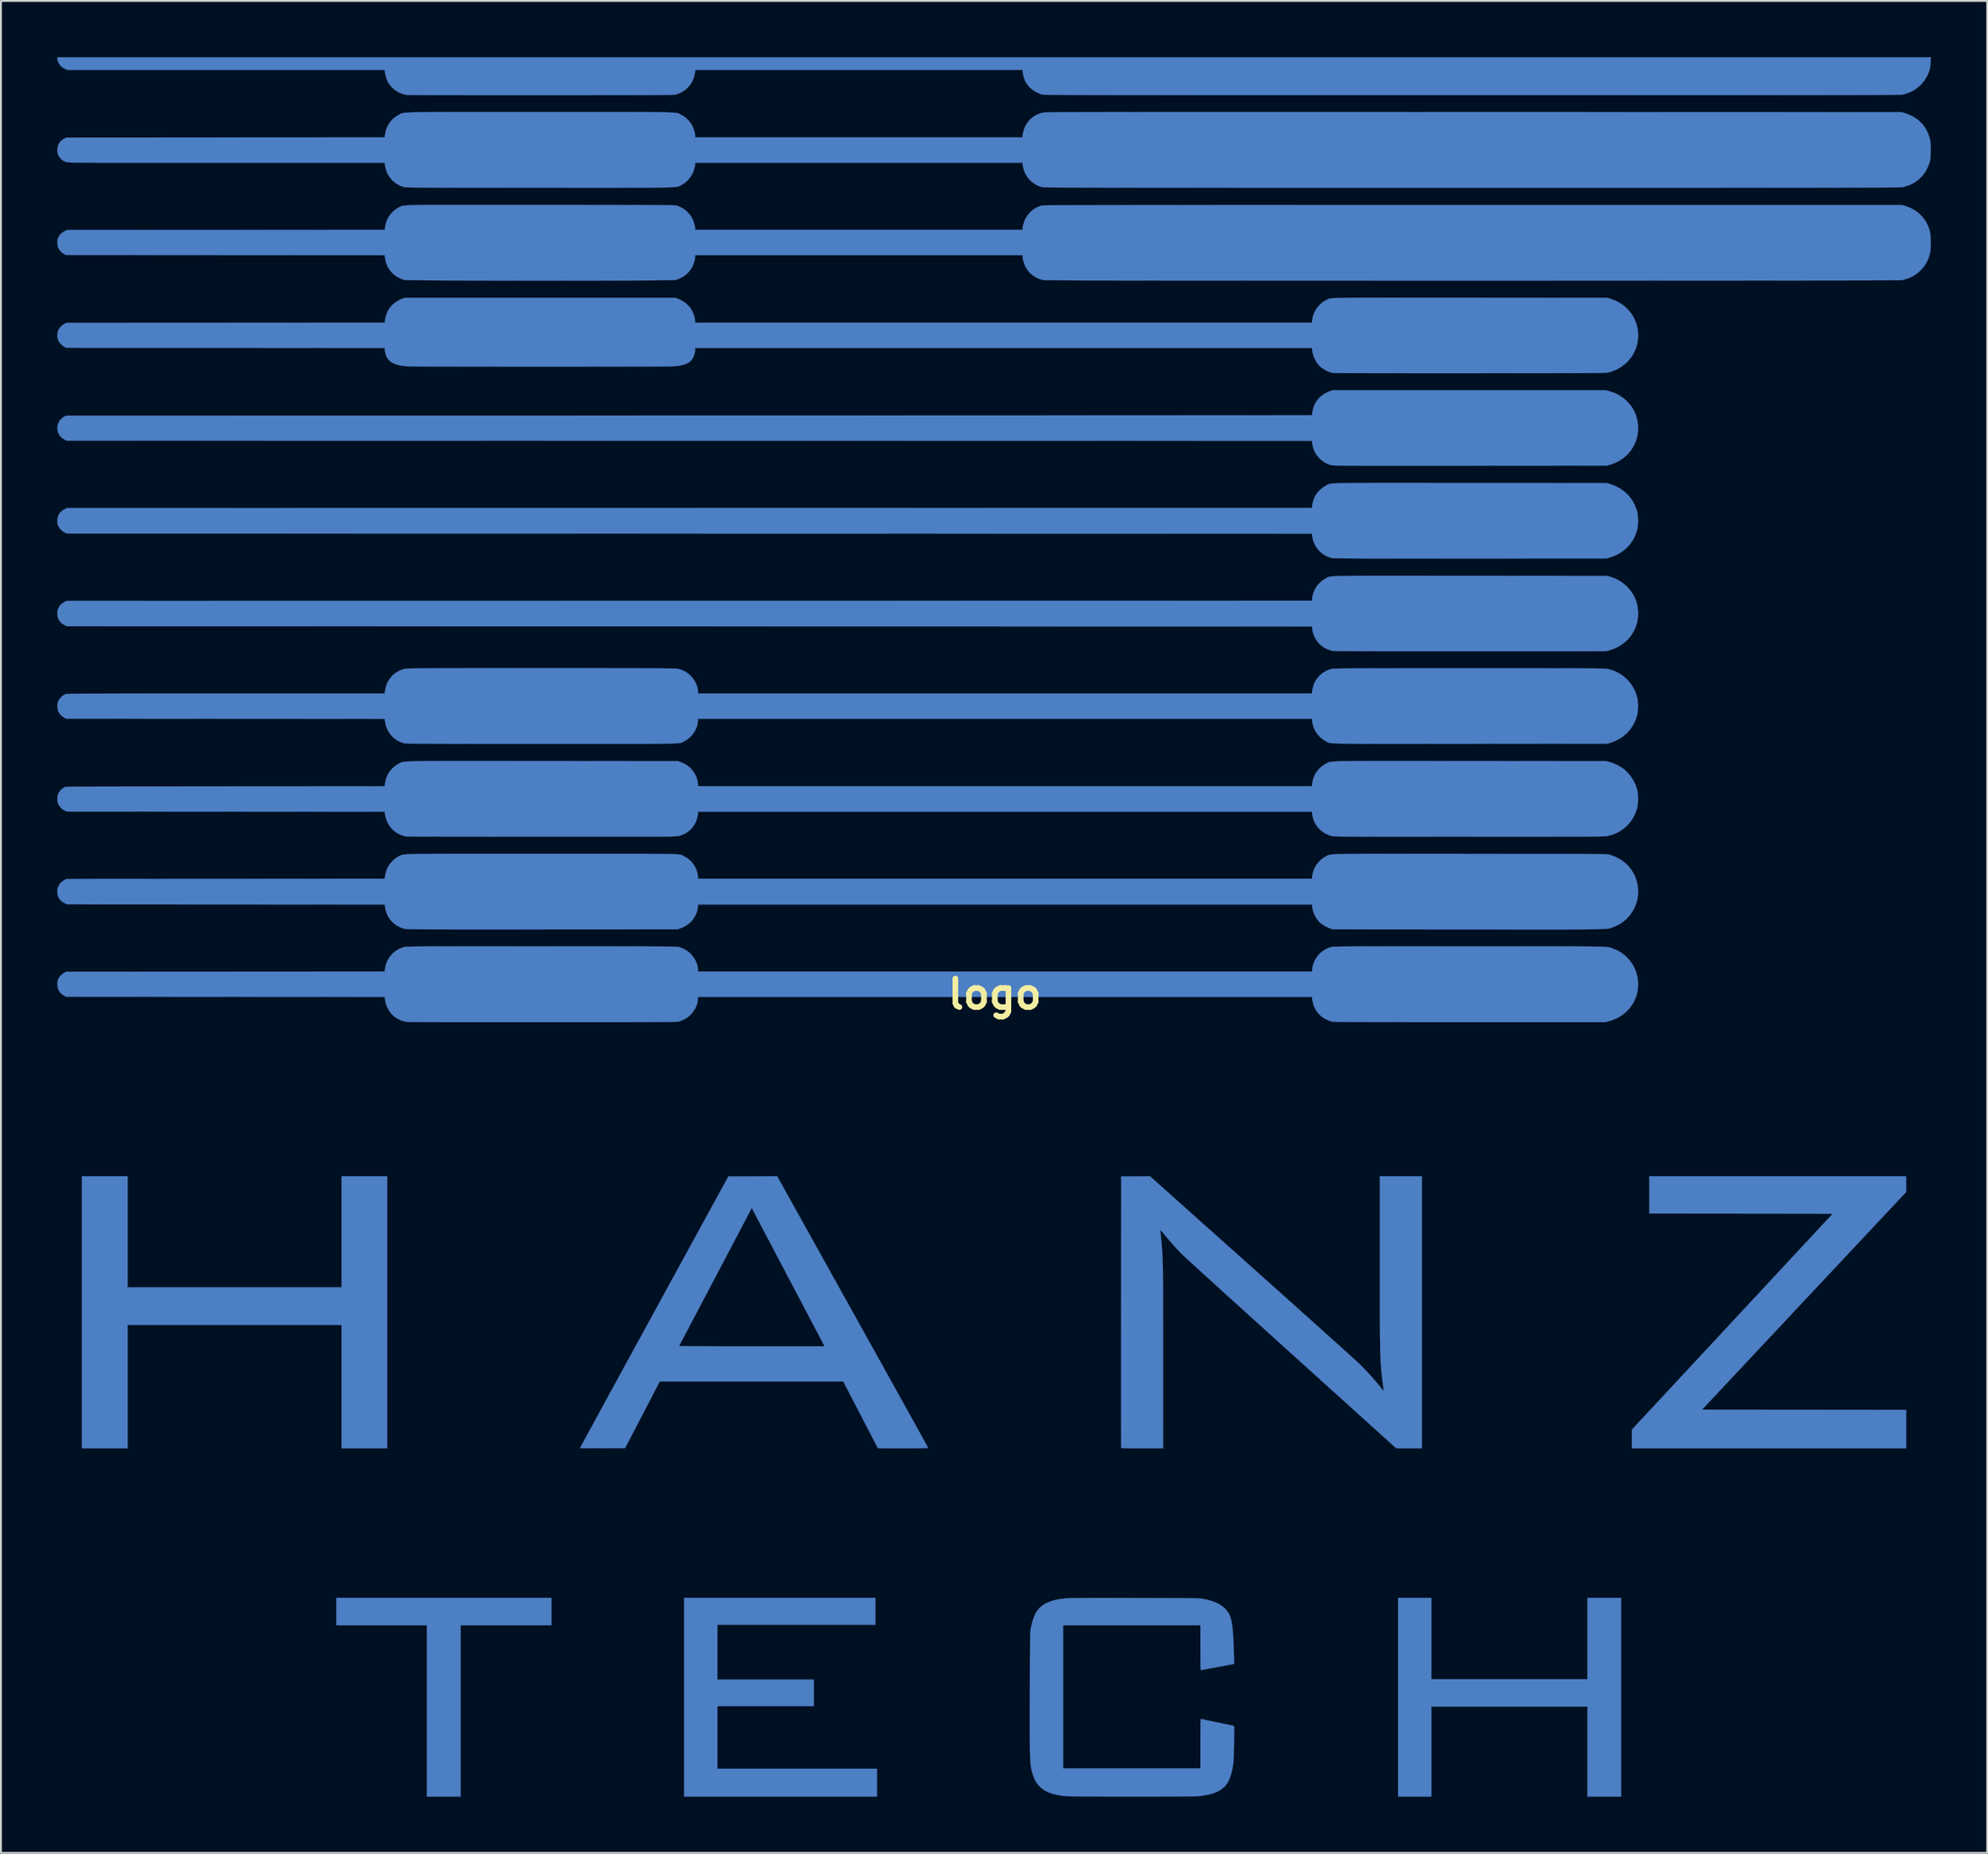
<source format=kicad_pcb>
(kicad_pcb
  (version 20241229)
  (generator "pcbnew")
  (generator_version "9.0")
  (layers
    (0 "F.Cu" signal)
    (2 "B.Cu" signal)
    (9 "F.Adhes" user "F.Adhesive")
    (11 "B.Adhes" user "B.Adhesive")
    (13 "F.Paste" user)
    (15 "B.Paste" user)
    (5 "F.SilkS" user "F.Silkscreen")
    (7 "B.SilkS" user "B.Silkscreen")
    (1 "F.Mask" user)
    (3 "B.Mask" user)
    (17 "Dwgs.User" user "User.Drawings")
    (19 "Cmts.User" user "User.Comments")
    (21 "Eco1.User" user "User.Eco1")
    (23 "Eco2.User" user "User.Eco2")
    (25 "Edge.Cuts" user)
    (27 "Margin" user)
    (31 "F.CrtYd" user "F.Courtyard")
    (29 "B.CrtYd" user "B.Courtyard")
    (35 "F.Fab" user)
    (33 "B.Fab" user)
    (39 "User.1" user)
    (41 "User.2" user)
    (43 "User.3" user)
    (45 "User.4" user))
  (footprint "logo"
    (layer "F.Cu")
    (at 50.004 50.001)
    (property "Reference" "logo" (at 0 0 0) (layer "F.SilkS") (effects (font (size 1.524 1.524) (thickness 0.3))))
    (attr through_hole)
    (fp_poly (pts (xy -23.643 33.676) (xy -28.49 33.676) (xy -28.49 42.82) (xy -30.29 42.82) (xy -30.29 33.676) (xy -35.115 33.676) (xy -35.115 32.216) (xy -23.643 32.216) (xy -23.643 33.676)) (stroke (width 0.01) (type solid)) (fill yes) (layer "B.Cu"))
    (fp_poly (pts (xy -46.249 15.642) (xy -34.84 15.642) (xy -34.84 9.716) (xy -32.406 9.716) (xy -32.406 24.236) (xy -34.84 24.236) (xy -34.84 17.653) (xy -46.249 17.653) (xy -46.249 24.236) (xy -48.683 24.236) (xy -48.683 9.716) (xy -46.249 9.716) (xy -46.249 15.642)) (stroke (width 0.01) (type solid)) (fill yes) (layer "B.Cu"))
    (fp_poly (pts (xy -6.371 33.655) (xy -14.796 33.655) (xy -14.796 36.576) (xy -9.652 36.576) (xy -9.652 37.994) (xy -14.796 37.994) (xy -14.796 41.339) (xy -6.287 41.339) (xy -6.287 42.82) (xy -16.573 42.82) (xy -16.573 32.216) (xy -6.371 32.216) (xy -6.371 33.655)) (stroke (width 0.01) (type solid)) (fill yes) (layer "B.Cu"))
    (fp_poly (pts (xy 23.283 36.555) (xy 31.602 36.555) (xy 31.602 32.216) (xy 33.401 32.216) (xy 33.401 42.82) (xy 31.602 42.82) (xy 31.602 38.015) (xy 23.283 38.015) (xy 23.283 42.82) (xy 21.505 42.82) (xy 21.505 32.216) (xy 23.283 32.216) (xy 23.283 36.555)) (stroke (width 0.01) (type solid)) (fill yes) (layer "B.Cu"))
    (fp_poly (pts (xy 48.599 10.558) (xy 43.156 16.365) (xy 37.713 22.172) (xy 43.156 22.177) (xy 48.599 22.183) (xy 48.599 24.236) (xy 33.972 24.236) (xy 33.972 23.241) (xy 39.329 17.478) (xy 44.685 11.716) (xy 39.794 11.71) (xy 34.904 11.705) (xy 34.904 9.716) (xy 48.599 9.716) (xy 48.599 10.558)) (stroke (width 0.01) (type solid)) (fill yes) (layer "B.Cu"))
    (fp_poly (pts (xy 21.383 -22.329) (xy 21.813 -22.329) (xy 22.278 -22.328) (xy 22.778 -22.328) (xy 23.314 -22.327) (xy 23.888 -22.327) (xy 24.502 -22.326) (xy 25.156 -22.326) (xy 25.37 -22.326) (xy 32.671 -22.32) (xy 32.828 -22.271) (xy 33.087 -22.176) (xy 33.317 -22.058) (xy 33.527 -21.911) (xy 33.729 -21.729) (xy 33.74 -21.718) (xy 33.929 -21.497) (xy 34.08 -21.258) (xy 34.193 -21.001) (xy 34.267 -20.725) (xy 34.304 -20.435) (xy 34.302 -20.145) (xy 34.26 -19.866) (xy 34.18 -19.6) (xy 34.065 -19.35) (xy 33.917 -19.119) (xy 33.738 -18.909) (xy 33.529 -18.724) (xy 33.293 -18.566) (xy 33.033 -18.438) (xy 32.762 -18.346) (xy 32.586 -18.299) (xy 25.368 -18.296) (xy 24.774 -18.296) (xy 24.196 -18.296) (xy 23.635 -18.296) (xy 23.093 -18.296) (xy 22.571 -18.296) (xy 22.07 -18.296) (xy 21.592 -18.297) (xy 21.139 -18.297) (xy 20.71 -18.298) (xy 20.309 -18.299) (xy 19.935 -18.299) (xy 19.591 -18.3) (xy 19.278 -18.301) (xy 18.997 -18.302) (xy 18.749 -18.304) (xy 18.535 -18.305) (xy 18.358 -18.306) (xy 18.218 -18.308) (xy 18.117 -18.309) (xy 18.056 -18.31) (xy 18.037 -18.312) (xy 17.906 -18.344) (xy 17.76 -18.397) (xy 17.617 -18.464) (xy 17.529 -18.515) (xy 17.368 -18.638) (xy 17.224 -18.791) (xy 17.104 -18.964) (xy 17.013 -19.148) (xy 16.955 -19.336) (xy 16.945 -19.4) (xy 16.934 -19.475) (xy 16.923 -19.542) (xy 16.92 -19.563) (xy 16.909 -19.621) (xy -16.284 -19.627) (xy -49.477 -19.632) (xy -49.594 -19.687) (xy -49.735 -19.768) (xy -49.842 -19.868) (xy -49.922 -19.985) (xy -49.955 -20.053) (xy -49.975 -20.119) (xy -49.986 -20.199) (xy -49.992 -20.28) (xy -49.995 -20.375) (xy -49.991 -20.444) (xy -49.978 -20.502) (xy -49.954 -20.566) (xy -49.942 -20.592) (xy -49.858 -20.732) (xy -49.742 -20.85) (xy -49.604 -20.938) (xy -49.597 -20.941) (xy -49.498 -20.987) (xy -16.294 -20.992) (xy 16.91 -20.997) (xy 16.923 -21.098) (xy 16.947 -21.251) (xy 16.981 -21.381) (xy 17.029 -21.51) (xy 17.065 -21.59) (xy 17.163 -21.756) (xy 17.292 -21.913) (xy 17.442 -22.052) (xy 17.603 -22.163) (xy 17.654 -22.19) (xy 17.679 -22.203) (xy 17.7 -22.214) (xy 17.719 -22.226) (xy 17.737 -22.236) (xy 17.755 -22.246) (xy 17.775 -22.255) (xy 17.799 -22.263) (xy 17.826 -22.271) (xy 17.86 -22.278) (xy 17.901 -22.285) (xy 17.95 -22.291) (xy 18.009 -22.296) (xy 18.08 -22.301) (xy 18.162 -22.306) (xy 18.259 -22.31) (xy 18.371 -22.313) (xy 18.499 -22.316) (xy 18.645 -22.319) (xy 18.811 -22.321) (xy 18.996 -22.323) (xy 19.204 -22.325) (xy 19.435 -22.326) (xy 19.691 -22.327) (xy 19.972 -22.328) (xy 20.28 -22.328) (xy 20.617 -22.329) (xy 20.984 -22.329) (xy 21.383 -22.329)) (stroke (width 0.01) (type solid)) (fill yes) (layer "B.Cu"))
    (fp_poly (pts (xy 21.369 -27.282) (xy 21.798 -27.282) (xy 22.26 -27.282) (xy 22.758 -27.282) (xy 23.292 -27.281) (xy 23.864 -27.28) (xy 24.475 -27.28) (xy 25.127 -27.279) (xy 25.379 -27.279) (xy 32.628 -27.273) (xy 32.798 -27.224) (xy 33.085 -27.12) (xy 33.347 -26.983) (xy 33.582 -26.815) (xy 33.789 -26.617) (xy 33.965 -26.392) (xy 34.109 -26.141) (xy 34.219 -25.866) (xy 34.25 -25.76) (xy 34.281 -25.605) (xy 34.298 -25.424) (xy 34.303 -25.231) (xy 34.294 -25.041) (xy 34.272 -24.867) (xy 34.25 -24.765) (xy 34.153 -24.482) (xy 34.022 -24.222) (xy 33.857 -23.987) (xy 33.661 -23.779) (xy 33.437 -23.6) (xy 33.185 -23.452) (xy 32.907 -23.336) (xy 32.798 -23.301) (xy 32.628 -23.252) (xy 25.368 -23.248) (xy 24.698 -23.248) (xy 24.068 -23.248) (xy 23.478 -23.247) (xy 22.927 -23.247) (xy 22.413 -23.247) (xy 21.935 -23.247) (xy 21.492 -23.247) (xy 21.082 -23.248) (xy 20.705 -23.248) (xy 20.358 -23.248) (xy 20.041 -23.249) (xy 19.752 -23.249) (xy 19.491 -23.25) (xy 19.255 -23.251) (xy 19.044 -23.252) (xy 18.856 -23.253) (xy 18.691 -23.254) (xy 18.546 -23.256) (xy 18.42 -23.257) (xy 18.313 -23.259) (xy 18.223 -23.26) (xy 18.148 -23.262) (xy 18.088 -23.265) (xy 18.041 -23.267) (xy 18.006 -23.269) (xy 17.982 -23.272) (xy 17.971 -23.274) (xy 17.757 -23.341) (xy 17.558 -23.445) (xy 17.378 -23.58) (xy 17.222 -23.743) (xy 17.096 -23.929) (xy 17.003 -24.134) (xy 16.977 -24.215) (xy 16.954 -24.308) (xy 16.934 -24.401) (xy 16.922 -24.473) (xy 16.922 -24.474) (xy 16.91 -24.574) (xy -16.294 -24.58) (xy -49.498 -24.585) (xy -49.597 -24.631) (xy -49.736 -24.717) (xy -49.853 -24.834) (xy -49.939 -24.973) (xy -49.942 -24.98) (xy -49.971 -25.049) (xy -49.988 -25.108) (xy -49.994 -25.171) (xy -49.993 -25.255) (xy -49.992 -25.292) (xy -49.984 -25.393) (xy -49.971 -25.469) (xy -49.948 -25.533) (xy -49.922 -25.587) (xy -49.836 -25.711) (xy -49.727 -25.809) (xy -49.594 -25.885) (xy -49.477 -25.94) (xy -16.284 -25.945) (xy 16.91 -25.95) (xy 16.922 -26.051) (xy 16.95 -26.204) (xy 16.996 -26.366) (xy 17.053 -26.517) (xy 17.097 -26.607) (xy 17.197 -26.754) (xy 17.327 -26.897) (xy 17.476 -27.023) (xy 17.632 -27.122) (xy 17.649 -27.131) (xy 17.675 -27.145) (xy 17.697 -27.158) (xy 17.718 -27.17) (xy 17.737 -27.181) (xy 17.756 -27.192) (xy 17.777 -27.202) (xy 17.801 -27.211) (xy 17.83 -27.219) (xy 17.864 -27.227) (xy 17.905 -27.234) (xy 17.954 -27.241) (xy 18.013 -27.247) (xy 18.083 -27.252) (xy 18.166 -27.257) (xy 18.262 -27.261) (xy 18.373 -27.265) (xy 18.501 -27.269) (xy 18.646 -27.272) (xy 18.811 -27.274) (xy 18.996 -27.276) (xy 19.202 -27.278) (xy 19.432 -27.279) (xy 19.686 -27.281) (xy 19.966 -27.281) (xy 20.273 -27.282) (xy 20.608 -27.282) (xy 20.973 -27.282) (xy 21.369 -27.282)) (stroke (width 0.01) (type solid)) (fill yes) (layer "B.Cu"))
    (fp_poly (pts (xy 32.752 -32.178) (xy 33.032 -32.089) (xy 33.285 -31.967) (xy 33.518 -31.81) (xy 33.734 -31.616) (xy 33.754 -31.596) (xy 33.94 -31.374) (xy 34.087 -31.136) (xy 34.197 -30.88) (xy 34.269 -30.604) (xy 34.304 -30.32) (xy 34.301 -30.032) (xy 34.259 -29.754) (xy 34.179 -29.489) (xy 34.064 -29.239) (xy 33.916 -29.008) (xy 33.736 -28.798) (xy 33.528 -28.613) (xy 33.293 -28.456) (xy 33.033 -28.329) (xy 32.816 -28.253) (xy 32.65 -28.205) (xy 25.358 -28.2) (xy 24.698 -28.2) (xy 24.079 -28.2) (xy 23.5 -28.199) (xy 22.959 -28.199) (xy 22.455 -28.199) (xy 21.987 -28.199) (xy 21.553 -28.199) (xy 21.152 -28.199) (xy 20.782 -28.199) (xy 20.443 -28.199) (xy 20.132 -28.199) (xy 19.849 -28.2) (xy 19.593 -28.2) (xy 19.361 -28.201) (xy 19.152 -28.201) (xy 18.966 -28.202) (xy 18.801 -28.203) (xy 18.655 -28.204) (xy 18.527 -28.206) (xy 18.416 -28.207) (xy 18.32 -28.209) (xy 18.239 -28.211) (xy 18.17 -28.213) (xy 18.113 -28.215) (xy 18.065 -28.217) (xy 18.027 -28.219) (xy 17.996 -28.222) (xy 17.97 -28.225) (xy 17.95 -28.228) (xy 17.932 -28.232) (xy 17.917 -28.235) (xy 17.909 -28.237) (xy 17.712 -28.307) (xy 17.529 -28.412) (xy 17.354 -28.554) (xy 17.312 -28.594) (xy 17.172 -28.756) (xy 17.064 -28.931) (xy 16.986 -29.127) (xy 16.934 -29.349) (xy 16.923 -29.427) (xy 16.91 -29.527) (xy -16.294 -29.533) (xy -49.498 -29.538) (xy -49.596 -29.583) (xy -49.736 -29.67) (xy -49.854 -29.788) (xy -49.935 -29.919) (xy -49.987 -30.074) (xy -49.999 -30.232) (xy -49.975 -30.387) (xy -49.917 -30.533) (xy -49.827 -30.663) (xy -49.708 -30.77) (xy -49.62 -30.822) (xy -49.519 -30.872) (xy -16.304 -30.877) (xy -15.118 -30.877) (xy -13.942 -30.877) (xy -12.777 -30.878) (xy -11.624 -30.878) (xy -10.482 -30.878) (xy -9.354 -30.878) (xy -8.24 -30.878) (xy -7.14 -30.879) (xy -6.055 -30.879) (xy -4.986 -30.879) (xy -3.933 -30.88) (xy -2.898 -30.88) (xy -1.881 -30.88) (xy -0.882 -30.88) (xy 0.097 -30.881) (xy 1.056 -30.881) (xy 1.994 -30.881) (xy 2.91 -30.882) (xy 3.805 -30.882) (xy 4.676 -30.882) (xy 5.523 -30.883) (xy 6.346 -30.883) (xy 7.144 -30.883) (xy 7.917 -30.884) (xy 8.662 -30.884) (xy 9.38 -30.884) (xy 10.071 -30.885) (xy 10.732 -30.885) (xy 11.364 -30.885) (xy 11.966 -30.886) (xy 12.537 -30.886) (xy 13.077 -30.886) (xy 13.584 -30.887) (xy 14.058 -30.887) (xy 14.498 -30.887) (xy 14.904 -30.888) (xy 15.275 -30.888) (xy 15.61 -30.889) (xy 15.908 -30.889) (xy 16.169 -30.889) (xy 16.392 -30.89) (xy 16.577 -30.89) (xy 16.722 -30.89) (xy 16.826 -30.891) (xy 16.89 -30.891) (xy 16.912 -30.891) (xy 16.912 -30.891) (xy 16.915 -30.915) (xy 16.922 -30.97) (xy 16.932 -31.045) (xy 16.935 -31.065) (xy 16.988 -31.3) (xy 17.077 -31.516) (xy 17.201 -31.709) (xy 17.358 -31.877) (xy 17.546 -32.019) (xy 17.763 -32.131) (xy 17.854 -32.166) (xy 18.023 -32.226) (xy 32.565 -32.226) (xy 32.752 -32.178)) (stroke (width 0.01) (type solid)) (fill yes) (layer "B.Cu"))
    (fp_poly (pts (xy -7.588 16.945) (xy -7.301 17.46) (xy -7.02 17.966) (xy -6.745 18.461) (xy -6.476 18.945) (xy -6.214 19.415) (xy -5.961 19.871) (xy -5.716 20.312) (xy -5.481 20.735) (xy -5.256 21.14) (xy -5.042 21.526) (xy -4.839 21.892) (xy -4.648 22.235) (xy -4.471 22.555) (xy -4.307 22.851) (xy -4.157 23.121) (xy -4.023 23.364) (xy -3.904 23.579) (xy -3.801 23.764) (xy -3.716 23.919) (xy -3.648 24.042) (xy -3.599 24.131) (xy -3.57 24.186) (xy -3.56 24.205) (xy -3.563 24.211) (xy -3.576 24.217) (xy -3.603 24.221) (xy -3.647 24.225) (xy -3.71 24.228) (xy -3.796 24.23) (xy -3.907 24.232) (xy -4.046 24.234) (xy -4.216 24.234) (xy -4.42 24.235) (xy -4.661 24.235) (xy -4.893 24.235) (xy -6.234 24.234) (xy -7.158 22.452) (xy -8.082 20.669) (xy -17.871 20.669) (xy -19.719 24.225) (xy -20.919 24.231) (xy -21.14 24.231) (xy -21.348 24.231) (xy -21.539 24.231) (xy -21.709 24.23) (xy -21.855 24.228) (xy -21.972 24.226) (xy -22.058 24.224) (xy -22.108 24.221) (xy -22.119 24.218) (xy -22.109 24.199) (xy -22.079 24.143) (xy -22.031 24.053) (xy -21.964 23.93) (xy -21.88 23.774) (xy -21.778 23.588) (xy -21.661 23.372) (xy -21.528 23.127) (xy -21.38 22.856) (xy -21.218 22.559) (xy -21.043 22.237) (xy -20.855 21.893) (xy -20.655 21.526) (xy -20.444 21.138) (xy -20.222 20.731) (xy -19.99 20.306) (xy -19.748 19.864) (xy -19.498 19.406) (xy -19.241 18.934) (xy -19.156 18.78) (xy -16.842 18.78) (xy -16.822 18.782) (xy -16.762 18.783) (xy -16.664 18.785) (xy -16.529 18.786) (xy -16.361 18.788) (xy -16.161 18.789) (xy -15.931 18.79) (xy -15.673 18.791) (xy -15.389 18.793) (xy -15.082 18.793) (xy -14.754 18.794) (xy -14.406 18.795) (xy -14.041 18.795) (xy -13.66 18.796) (xy -13.267 18.796) (xy -12.965 18.796) (xy -9.079 18.796) (xy -9.191 18.579) (xy -9.212 18.537) (xy -9.252 18.461) (xy -9.31 18.351) (xy -9.384 18.209) (xy -9.474 18.038) (xy -9.579 17.839) (xy -9.696 17.615) (xy -9.827 17.368) (xy -9.968 17.099) (xy -10.12 16.81) (xy -10.281 16.505) (xy -10.45 16.183) (xy -10.626 15.848) (xy -10.809 15.502) (xy -10.996 15.146) (xy -11.133 14.885) (xy -12.964 11.41) (xy -13.004 11.489) (xy -13.018 11.515) (xy -13.05 11.576) (xy -13.099 11.669) (xy -13.164 11.794) (xy -13.244 11.946) (xy -13.338 12.125) (xy -13.445 12.328) (xy -13.563 12.552) (xy -13.691 12.796) (xy -13.829 13.057) (xy -13.974 13.333) (xy -14.126 13.622) (xy -14.284 13.922) (xy -14.446 14.23) (xy -14.611 14.544) (xy -14.779 14.863) (xy -14.948 15.183) (xy -15.116 15.503) (xy -15.283 15.821) (xy -15.448 16.134) (xy -15.609 16.44) (xy -15.765 16.736) (xy -15.915 17.022) (xy -16.058 17.293) (xy -16.193 17.549) (xy -16.318 17.787) (xy -16.433 18.005) (xy -16.536 18.201) (xy -16.626 18.371) (xy -16.702 18.516) (xy -16.763 18.631) (xy -16.807 18.715) (xy -16.834 18.765) (xy -16.842 18.78) (xy -19.156 18.78) (xy -18.976 18.449) (xy -18.704 17.952) (xy -18.427 17.444) (xy -18.164 16.963) (xy -14.209 9.726) (xy -12.909 9.721) (xy -11.609 9.715) (xy -7.588 16.945)) (stroke (width 0.01) (type solid)) (fill yes) (layer "B.Cu"))
    (fp_poly (pts (xy 13.696 14.564) (xy 14.112 14.936) (xy 14.522 15.303) (xy 14.924 15.662) (xy 15.318 16.014) (xy 15.701 16.358) (xy 16.073 16.691) (xy 16.432 17.013) (xy 16.778 17.324) (xy 17.109 17.621) (xy 17.424 17.903) (xy 17.721 18.17) (xy 17.999 18.421) (xy 18.257 18.653) (xy 18.495 18.867) (xy 18.709 19.061) (xy 18.9 19.234) (xy 19.067 19.385) (xy 19.207 19.512) (xy 19.319 19.615) (xy 19.403 19.693) (xy 19.457 19.744) (xy 19.47 19.756) (xy 19.668 19.956) (xy 19.872 20.171) (xy 20.073 20.391) (xy 20.265 20.609) (xy 20.439 20.815) (xy 20.564 20.969) (xy 20.627 21.049) (xy 20.68 21.115) (xy 20.718 21.161) (xy 20.736 21.18) (xy 20.737 21.18) (xy 20.736 21.159) (xy 20.73 21.102) (xy 20.72 21.016) (xy 20.707 20.908) (xy 20.692 20.784) (xy 20.691 20.774) (xy 20.674 20.639) (xy 20.658 20.511) (xy 20.644 20.388) (xy 20.63 20.269) (xy 20.618 20.151) (xy 20.607 20.032) (xy 20.597 19.912) (xy 20.588 19.786) (xy 20.579 19.655) (xy 20.572 19.515) (xy 20.565 19.365) (xy 20.56 19.203) (xy 20.554 19.027) (xy 20.55 18.835) (xy 20.546 18.625) (xy 20.543 18.395) (xy 20.54 18.144) (xy 20.538 17.868) (xy 20.536 17.567) (xy 20.535 17.238) (xy 20.534 16.879) (xy 20.533 16.489) (xy 20.532 16.066) (xy 20.532 15.607) (xy 20.532 15.11) (xy 20.532 14.575) (xy 20.532 14.261) (xy 20.532 9.716) (xy 22.775 9.716) (xy 22.775 24.236) (xy 21.409 24.236) (xy 15.8 19.166) (xy 15.38 18.786) (xy 14.966 18.411) (xy 14.56 18.044) (xy 14.163 17.685) (xy 13.777 17.335) (xy 13.402 16.995) (xy 13.04 16.667) (xy 12.691 16.351) (xy 12.358 16.049) (xy 12.041 15.761) (xy 11.742 15.489) (xy 11.461 15.233) (xy 11.199 14.995) (xy 10.959 14.777) (xy 10.741 14.578) (xy 10.547 14.4) (xy 10.377 14.244) (xy 10.232 14.112) (xy 10.115 14.003) (xy 10.025 13.92) (xy 9.965 13.863) (xy 9.938 13.837) (xy 9.836 13.73) (xy 9.714 13.598) (xy 9.579 13.448) (xy 9.437 13.288) (xy 9.295 13.124) (xy 9.159 12.965) (xy 9.035 12.818) (xy 8.943 12.705) (xy 8.893 12.647) (xy 8.854 12.607) (xy 8.832 12.593) (xy 8.83 12.594) (xy 8.83 12.622) (xy 8.833 12.683) (xy 8.841 12.771) (xy 8.851 12.877) (xy 8.856 12.927) (xy 8.868 13.048) (xy 8.88 13.163) (xy 8.89 13.274) (xy 8.9 13.382) (xy 8.909 13.491) (xy 8.918 13.602) (xy 8.925 13.716) (xy 8.932 13.835) (xy 8.938 13.962) (xy 8.944 14.098) (xy 8.949 14.246) (xy 8.953 14.406) (xy 8.957 14.581) (xy 8.96 14.773) (xy 8.963 14.984) (xy 8.966 15.215) (xy 8.968 15.469) (xy 8.97 15.747) (xy 8.971 16.051) (xy 8.972 16.383) (xy 8.973 16.744) (xy 8.973 17.138) (xy 8.974 17.565) (xy 8.974 18.028) (xy 8.974 18.529) (xy 8.974 19.068) (xy 8.974 19.426) (xy 8.975 24.236) (xy 7.863 24.236) (xy 7.606 24.236) (xy 7.389 24.235) (xy 7.209 24.234) (xy 7.063 24.232) (xy 6.948 24.23) (xy 6.861 24.226) (xy 6.8 24.223) (xy 6.762 24.218) (xy 6.743 24.212) (xy 6.741 24.209) (xy 6.74 24.186) (xy 6.739 24.123) (xy 6.739 24.02) (xy 6.738 23.879) (xy 6.738 23.702) (xy 6.737 23.491) (xy 6.737 23.246) (xy 6.736 22.97) (xy 6.736 22.664) (xy 6.735 22.329) (xy 6.735 21.968) (xy 6.735 21.581) (xy 6.735 21.17) (xy 6.735 20.737) (xy 6.735 20.283) (xy 6.735 19.81) (xy 6.735 19.319) (xy 6.735 18.813) (xy 6.735 18.291) (xy 6.736 17.757) (xy 6.736 17.211) (xy 6.736 16.954) (xy 6.742 9.726) (xy 7.505 9.721) (xy 8.269 9.715) (xy 13.696 14.564)) (stroke (width 0.01) (type solid)) (fill yes) (layer "B.Cu"))
    (fp_poly (pts (xy 49.905 -49.736) (xy 49.888 -49.529) (xy 49.854 -49.347) (xy 49.801 -49.178) (xy 49.728 -49.015) (xy 49.582 -48.768) (xy 49.407 -48.551) (xy 49.204 -48.366) (xy 48.974 -48.213) (xy 48.719 -48.094) (xy 48.45 -48.012) (xy 48.441 -48.01) (xy 48.429 -48.008) (xy 48.414 -48.006) (xy 48.394 -48.004) (xy 48.37 -48.003) (xy 48.34 -48.001) (xy 48.304 -48) (xy 48.261 -47.998) (xy 48.21 -47.997) (xy 48.15 -47.995) (xy 48.081 -47.994) (xy 48.003 -47.993) (xy 47.913 -47.991) (xy 47.811 -47.99) (xy 47.698 -47.989) (xy 47.571 -47.988) (xy 47.431 -47.987) (xy 47.276 -47.986) (xy 47.106 -47.985) (xy 46.919 -47.984) (xy 46.716 -47.984) (xy 46.496 -47.983) (xy 46.257 -47.982) (xy 45.999 -47.981) (xy 45.722 -47.981) (xy 45.423 -47.98) (xy 45.104 -47.98) (xy 44.763 -47.979) (xy 44.398 -47.979) (xy 44.011 -47.978) (xy 43.599 -47.978) (xy 43.162 -47.977) (xy 42.699 -47.977) (xy 42.21 -47.977) (xy 41.694 -47.976) (xy 41.149 -47.976) (xy 40.576 -47.976) (xy 39.974 -47.976) (xy 39.341 -47.975) (xy 38.677 -47.975) (xy 37.982 -47.975) (xy 37.254 -47.975) (xy 36.493 -47.975) (xy 35.698 -47.975) (xy 34.868 -47.975) (xy 34.003 -47.974) (xy 33.101 -47.974) (xy 32.163 -47.974) (xy 31.187 -47.974) (xy 30.172 -47.974) (xy 29.118 -47.974) (xy 28.025 -47.974) (xy 26.89 -47.974) (xy 25.714 -47.974) (xy 25.463 -47.974) (xy 24.28 -47.974) (xy 23.137 -47.974) (xy 22.036 -47.974) (xy 20.974 -47.974) (xy 19.952 -47.974) (xy 18.969 -47.974) (xy 18.023 -47.974) (xy 17.115 -47.974) (xy 16.243 -47.975) (xy 15.406 -47.975) (xy 14.605 -47.975) (xy 13.837 -47.975) (xy 13.103 -47.975) (xy 12.401 -47.975) (xy 11.731 -47.975) (xy 11.093 -47.975) (xy 10.485 -47.976) (xy 9.906 -47.976) (xy 9.356 -47.976) (xy 8.835 -47.976) (xy 8.341 -47.977) (xy 7.873 -47.977) (xy 7.432 -47.978) (xy 7.015 -47.978) (xy 6.623 -47.978) (xy 6.254 -47.979) (xy 5.909 -47.979) (xy 5.586 -47.98) (xy 5.284 -47.98) (xy 5.002 -47.981) (xy 4.741 -47.982) (xy 4.499 -47.983) (xy 4.275 -47.983) (xy 4.069 -47.984) (xy 3.879 -47.985) (xy 3.706 -47.986) (xy 3.549 -47.987) (xy 3.406 -47.988) (xy 3.277 -47.989) (xy 3.161 -47.99) (xy 3.058 -47.991) (xy 2.966 -47.992) (xy 2.885 -47.993) (xy 2.815 -47.995) (xy 2.754 -47.996) (xy 2.701 -47.997) (xy 2.657 -47.999) (xy 2.62 -48.001) (xy 2.589 -48.002) (xy 2.564 -48.004) (xy 2.544 -48.006) (xy 2.528 -48.007) (xy 2.515 -48.009) (xy 2.506 -48.011) (xy 2.499 -48.013) (xy 2.283 -48.094) (xy 2.082 -48.207) (xy 1.903 -48.349) (xy 1.752 -48.514) (xy 1.634 -48.696) (xy 1.63 -48.704) (xy 1.587 -48.806) (xy 1.546 -48.932) (xy 1.512 -49.065) (xy 1.491 -49.185) (xy 1.491 -49.189) (xy 1.476 -49.318) (xy -15.975 -49.318) (xy -15.99 -49.188) (xy -16.037 -48.953) (xy -16.122 -48.734) (xy -16.241 -48.536) (xy -16.392 -48.361) (xy -16.572 -48.212) (xy -16.779 -48.093) (xy -16.986 -48.014) (xy -16.999 -48.01) (xy -17.015 -48.007) (xy -17.034 -48.004) (xy -17.059 -48.001) (xy -17.09 -47.998) (xy -17.129 -47.996) (xy -17.178 -47.993) (xy -17.237 -47.991) (xy -17.309 -47.989) (xy -17.394 -47.987) (xy -17.493 -47.986) (xy -17.609 -47.984) (xy -17.743 -47.983) (xy -17.895 -47.981) (xy -18.068 -47.98) (xy -18.262 -47.979) (xy -18.479 -47.978) (xy -18.72 -47.977) (xy -18.987 -47.977) (xy -19.281 -47.976) (xy -19.604 -47.975) (xy -19.956 -47.975) (xy -20.34 -47.974) (xy -20.756 -47.974) (xy -21.205 -47.974) (xy -21.69 -47.973) (xy -22.212 -47.973) (xy -22.771 -47.973) (xy -23.37 -47.972) (xy -24.009 -47.972) (xy -24.172 -47.972) (xy -24.718 -47.972) (xy -25.253 -47.972) (xy -25.776 -47.972) (xy -26.285 -47.972) (xy -26.78 -47.972) (xy -27.258 -47.972) (xy -27.717 -47.973) (xy -28.157 -47.973) (xy -28.575 -47.974) (xy -28.97 -47.974) (xy -29.341 -47.975) (xy -29.685 -47.975) (xy -30.002 -47.976) (xy -30.289 -47.977) (xy -30.546 -47.978) (xy -30.77 -47.979) (xy -30.959 -47.98) (xy -31.114 -47.981) (xy -31.23 -47.982) (xy -31.308 -47.983) (xy -31.346 -47.984) (xy -31.348 -47.985) (xy -31.585 -48.037) (xy -31.803 -48.127) (xy -32.001 -48.253) (xy -32.175 -48.414) (xy -32.326 -48.609) (xy -32.359 -48.662) (xy -32.402 -48.75) (xy -32.444 -48.864) (xy -32.483 -48.99) (xy -32.511 -49.111) (xy -32.523 -49.186) (xy -32.537 -49.318) (xy -49.444 -49.318) (xy -49.566 -49.363) (xy -49.69 -49.427) (xy -49.801 -49.519) (xy -49.893 -49.631) (xy -49.959 -49.754) (xy -49.993 -49.879) (xy -49.996 -49.925) (xy -49.996 -49.996) (xy 49.917 -49.996) (xy 49.905 -49.736)) (stroke (width 0.01) (type solid)) (fill yes) (layer "B.Cu"))
    (fp_poly (pts (xy 21.382 -37.167) (xy 21.813 -37.166) (xy 22.277 -37.166) (xy 22.777 -37.166) (xy 23.313 -37.165) (xy 23.887 -37.165) (xy 24.501 -37.164) (xy 25.155 -37.164) (xy 25.369 -37.164) (xy 32.671 -37.158) (xy 32.861 -37.099) (xy 33.135 -36.992) (xy 33.384 -36.854) (xy 33.607 -36.687) (xy 33.802 -36.494) (xy 33.969 -36.279) (xy 34.104 -36.044) (xy 34.207 -35.794) (xy 34.275 -35.531) (xy 34.307 -35.258) (xy 34.302 -34.98) (xy 34.258 -34.699) (xy 34.198 -34.491) (xy 34.091 -34.237) (xy 33.949 -34.003) (xy 33.769 -33.784) (xy 33.666 -33.681) (xy 33.44 -33.497) (xy 33.189 -33.346) (xy 32.918 -33.232) (xy 32.724 -33.176) (xy 32.708 -33.172) (xy 32.689 -33.169) (xy 32.667 -33.166) (xy 32.639 -33.163) (xy 32.605 -33.16) (xy 32.563 -33.158) (xy 32.511 -33.156) (xy 32.449 -33.154) (xy 32.374 -33.152) (xy 32.286 -33.15) (xy 32.184 -33.148) (xy 32.065 -33.147) (xy 31.929 -33.145) (xy 31.773 -33.144) (xy 31.598 -33.143) (xy 31.401 -33.142) (xy 31.181 -33.141) (xy 30.937 -33.14) (xy 30.668 -33.139) (xy 30.371 -33.138) (xy 30.046 -33.138) (xy 29.692 -33.137) (xy 29.306 -33.137) (xy 28.888 -33.136) (xy 28.437 -33.136) (xy 27.95 -33.136) (xy 27.427 -33.135) (xy 26.866 -33.135) (xy 26.266 -33.135) (xy 25.626 -33.134) (xy 25.379 -33.134) (xy 24.816 -33.134) (xy 24.265 -33.134) (xy 23.728 -33.134) (xy 23.205 -33.134) (xy 22.699 -33.134) (xy 22.211 -33.134) (xy 21.742 -33.135) (xy 21.295 -33.135) (xy 20.869 -33.136) (xy 20.468 -33.137) (xy 20.092 -33.137) (xy 19.744 -33.138) (xy 19.423 -33.139) (xy 19.133 -33.14) (xy 18.875 -33.141) (xy 18.649 -33.142) (xy 18.458 -33.144) (xy 18.303 -33.145) (xy 18.185 -33.146) (xy 18.107 -33.148) (xy 18.069 -33.149) (xy 18.067 -33.149) (xy 17.963 -33.167) (xy 17.874 -33.191) (xy 17.784 -33.225) (xy 17.678 -33.274) (xy 17.626 -33.3) (xy 17.432 -33.423) (xy 17.267 -33.576) (xy 17.132 -33.758) (xy 17.027 -33.969) (xy 16.954 -34.205) (xy 16.923 -34.38) (xy 16.91 -34.48) (xy -15.981 -34.48) (xy -15.981 -34.41) (xy -15.995 -34.261) (xy -16.034 -34.109) (xy -16.093 -33.968) (xy -16.168 -33.848) (xy -16.232 -33.778) (xy -16.36 -33.687) (xy -16.519 -33.615) (xy -16.711 -33.56) (xy -16.938 -33.522) (xy -17.103 -33.507) (xy -17.149 -33.505) (xy -17.236 -33.503) (xy -17.362 -33.501) (xy -17.524 -33.5) (xy -17.72 -33.498) (xy -17.949 -33.497) (xy -18.209 -33.496) (xy -18.497 -33.494) (xy -18.811 -33.493) (xy -19.151 -33.492) (xy -19.513 -33.491) (xy -19.896 -33.49) (xy -20.297 -33.49) (xy -20.716 -33.489) (xy -21.149 -33.488) (xy -21.596 -33.488) (xy -22.053 -33.487) (xy -22.519 -33.487) (xy -22.992 -33.487) (xy -23.471 -33.486) (xy -23.952 -33.486) (xy -24.435 -33.486) (xy -24.917 -33.486) (xy -25.396 -33.487) (xy -25.87 -33.487) (xy -26.338 -33.487) (xy -26.797 -33.488) (xy -27.245 -33.488) (xy -27.681 -33.489) (xy -28.102 -33.489) (xy -28.507 -33.49) (xy -28.894 -33.491) (xy -29.26 -33.492) (xy -29.603 -33.493) (xy -29.922 -33.494) (xy -30.215 -33.495) (xy -30.48 -33.497) (xy -30.715 -33.498) (xy -30.917 -33.499) (xy -31.085 -33.501) (xy -31.217 -33.503) (xy -31.312 -33.504) (xy -31.366 -33.506) (xy -31.371 -33.506) (xy -31.635 -33.536) (xy -31.862 -33.584) (xy -32.053 -33.652) (xy -32.21 -33.741) (xy -32.334 -33.851) (xy -32.426 -33.984) (xy -32.489 -34.14) (xy -32.523 -34.321) (xy -32.524 -34.329) (xy -32.539 -34.48) (xy -41.029 -34.486) (xy -49.519 -34.491) (xy -49.628 -34.548) (xy -49.729 -34.617) (xy -49.826 -34.708) (xy -49.906 -34.81) (xy -49.959 -34.91) (xy -49.962 -34.918) (xy -49.988 -35.038) (xy -49.994 -35.175) (xy -49.982 -35.31) (xy -49.959 -35.399) (xy -49.898 -35.516) (xy -49.806 -35.628) (xy -49.695 -35.721) (xy -49.619 -35.765) (xy -49.498 -35.825) (xy -41.017 -35.83) (xy -32.536 -35.835) (xy -32.522 -35.957) (xy -32.475 -36.197) (xy -32.391 -36.418) (xy -32.272 -36.617) (xy -32.119 -36.793) (xy -31.935 -36.942) (xy -31.721 -37.063) (xy -31.628 -37.103) (xy -31.485 -37.158) (xy -17.029 -37.158) (xy -16.886 -37.103) (xy -16.661 -36.994) (xy -16.464 -36.856) (xy -16.298 -36.692) (xy -16.165 -36.503) (xy -16.066 -36.292) (xy -16.004 -36.061) (xy -15.99 -35.964) (xy -15.975 -35.835) (xy 16.91 -35.835) (xy 16.922 -35.936) (xy 16.963 -36.158) (xy 17.026 -36.35) (xy 17.116 -36.523) (xy 17.237 -36.685) (xy 17.324 -36.779) (xy 17.427 -36.877) (xy 17.518 -36.949) (xy 17.611 -37.006) (xy 17.653 -37.028) (xy 17.678 -37.04) (xy 17.699 -37.052) (xy 17.718 -37.063) (xy 17.736 -37.074) (xy 17.755 -37.084) (xy 17.775 -37.093) (xy 17.798 -37.101) (xy 17.826 -37.109) (xy 17.86 -37.116) (xy 17.901 -37.123) (xy 17.95 -37.129) (xy 18.009 -37.134) (xy 18.08 -37.139) (xy 18.162 -37.143) (xy 18.259 -37.147) (xy 18.371 -37.151) (xy 18.499 -37.154) (xy 18.645 -37.157) (xy 18.811 -37.159) (xy 18.996 -37.161) (xy 19.204 -37.163) (xy 19.435 -37.164) (xy 19.69 -37.165) (xy 19.972 -37.166) (xy 20.28 -37.166) (xy 20.617 -37.166) (xy 20.984 -37.167) (xy 21.382 -37.167)) (stroke (width 0.01) (type solid)) (fill yes) (layer "B.Cu"))
    (fp_poly (pts (xy 6.079 32.219) (xy 6.511 32.22) (xy 6.984 32.22) (xy 7.498 32.222) (xy 7.504 32.222) (xy 7.95 32.223) (xy 8.356 32.224) (xy 8.724 32.225) (xy 9.055 32.226) (xy 9.352 32.227) (xy 9.618 32.228) (xy 9.852 32.23) (xy 10.059 32.231) (xy 10.24 32.233) (xy 10.397 32.235) (xy 10.531 32.237) (xy 10.646 32.239) (xy 10.742 32.242) (xy 10.823 32.244) (xy 10.889 32.247) (xy 10.944 32.251) (xy 10.989 32.254) (xy 11.026 32.259) (xy 11.057 32.263) (xy 11.068 32.265) (xy 11.362 32.326) (xy 11.619 32.401) (xy 11.843 32.491) (xy 12.037 32.597) (xy 12.205 32.722) (xy 12.292 32.803) (xy 12.366 32.885) (xy 12.431 32.973) (xy 12.488 33.07) (xy 12.537 33.18) (xy 12.58 33.306) (xy 12.616 33.45) (xy 12.647 33.617) (xy 12.673 33.809) (xy 12.694 34.03) (xy 12.712 34.282) (xy 12.727 34.569) (xy 12.74 34.894) (xy 12.744 35.017) (xy 12.749 35.186) (xy 12.754 35.342) (xy 12.757 35.479) (xy 12.759 35.592) (xy 12.761 35.676) (xy 12.761 35.726) (xy 12.76 35.739) (xy 12.738 35.744) (xy 12.68 35.756) (xy 12.591 35.773) (xy 12.476 35.795) (xy 12.34 35.821) (xy 12.189 35.85) (xy 12.028 35.88) (xy 11.862 35.911) (xy 11.696 35.941) (xy 11.536 35.971) (xy 11.387 35.998) (xy 11.254 36.022) (xy 11.143 36.042) (xy 11.058 36.057) (xy 11.005 36.066) (xy 10.989 36.068) (xy 10.984 36.058) (xy 10.979 36.025) (xy 10.975 35.968) (xy 10.972 35.883) (xy 10.969 35.769) (xy 10.967 35.623) (xy 10.966 35.443) (xy 10.965 35.226) (xy 10.964 34.971) (xy 10.964 34.872) (xy 10.964 33.676) (xy 3.641 33.676) (xy 3.641 41.317) (xy 10.964 41.317) (xy 10.964 39.993) (xy 10.964 39.723) (xy 10.965 39.493) (xy 10.965 39.299) (xy 10.966 39.138) (xy 10.967 39.007) (xy 10.969 38.903) (xy 10.971 38.823) (xy 10.974 38.765) (xy 10.978 38.724) (xy 10.982 38.698) (xy 10.988 38.684) (xy 10.994 38.679) (xy 11.001 38.68) (xy 11.03 38.686) (xy 11.095 38.7) (xy 11.192 38.721) (xy 11.317 38.748) (xy 11.464 38.779) (xy 11.63 38.813) (xy 11.809 38.851) (xy 11.864 38.862) (xy 12.046 38.9) (xy 12.217 38.936) (xy 12.37 38.968) (xy 12.503 38.996) (xy 12.609 39.019) (xy 12.685 39.035) (xy 12.725 39.044) (xy 12.729 39.045) (xy 12.739 39.05) (xy 12.747 39.059) (xy 12.753 39.077) (xy 12.758 39.108) (xy 12.761 39.155) (xy 12.763 39.222) (xy 12.764 39.313) (xy 12.763 39.432) (xy 12.762 39.583) (xy 12.76 39.77) (xy 12.757 39.939) (xy 12.754 40.137) (xy 12.75 40.329) (xy 12.746 40.511) (xy 12.74 40.675) (xy 12.735 40.816) (xy 12.729 40.928) (xy 12.723 41.005) (xy 12.722 41.021) (xy 12.679 41.298) (xy 12.621 41.555) (xy 12.548 41.786) (xy 12.464 41.986) (xy 12.392 42.114) (xy 12.268 42.274) (xy 12.111 42.412) (xy 11.922 42.53) (xy 11.7 42.627) (xy 11.442 42.705) (xy 11.149 42.762) (xy 10.858 42.798) (xy 10.808 42.8) (xy 10.718 42.803) (xy 10.591 42.805) (xy 10.431 42.807) (xy 10.24 42.809) (xy 10.021 42.811) (xy 9.776 42.812) (xy 9.51 42.814) (xy 9.223 42.815) (xy 8.92 42.816) (xy 8.604 42.816) (xy 8.276 42.817) (xy 7.94 42.817) (xy 7.599 42.817) (xy 7.256 42.817) (xy 6.913 42.817) (xy 6.573 42.817) (xy 6.24 42.816) (xy 5.915 42.816) (xy 5.602 42.815) (xy 5.304 42.814) (xy 5.024 42.812) (xy 4.763 42.811) (xy 4.526 42.809) (xy 4.315 42.807) (xy 4.133 42.805) (xy 3.983 42.803) (xy 3.867 42.801) (xy 3.789 42.798) (xy 3.757 42.796) (xy 3.436 42.755) (xy 3.151 42.693) (xy 2.9 42.611) (xy 2.682 42.507) (xy 2.495 42.379) (xy 2.337 42.228) (xy 2.206 42.05) (xy 2.1 41.845) (xy 2.025 41.635) (xy 2.004 41.565) (xy 1.985 41.499) (xy 1.968 41.435) (xy 1.952 41.369) (xy 1.939 41.301) (xy 1.926 41.228) (xy 1.915 41.148) (xy 1.905 41.058) (xy 1.897 40.958) (xy 1.89 40.844) (xy 1.884 40.714) (xy 1.879 40.567) (xy 1.874 40.401) (xy 1.871 40.212) (xy 1.869 40) (xy 1.867 39.761) (xy 1.866 39.495) (xy 1.865 39.198) (xy 1.865 38.869) (xy 1.866 38.505) (xy 1.867 38.105) (xy 1.868 37.666) (xy 1.869 37.317) (xy 1.87 36.88) (xy 1.871 36.483) (xy 1.872 36.125) (xy 1.873 35.803) (xy 1.874 35.514) (xy 1.876 35.258) (xy 1.877 35.032) (xy 1.879 34.833) (xy 1.88 34.66) (xy 1.882 34.511) (xy 1.884 34.383) (xy 1.887 34.275) (xy 1.889 34.184) (xy 1.892 34.108) (xy 1.896 34.046) (xy 1.899 33.995) (xy 1.903 33.953) (xy 1.908 33.918) (xy 1.912 33.889) (xy 1.976 33.586) (xy 2.054 33.321) (xy 2.147 33.094) (xy 2.151 33.086) (xy 2.255 32.907) (xy 2.385 32.751) (xy 2.542 32.617) (xy 2.728 32.504) (xy 2.945 32.41) (xy 3.194 32.336) (xy 3.479 32.28) (xy 3.801 32.241) (xy 3.854 32.236) (xy 3.916 32.233) (xy 4.012 32.23) (xy 4.142 32.227) (xy 4.307 32.225) (xy 4.509 32.223) (xy 4.747 32.221) (xy 5.022 32.22) (xy 5.335 32.22) (xy 5.688 32.219) (xy 6.079 32.219)) (stroke (width 0.01) (type solid)) (fill yes) (layer "B.Cu"))
    (fp_poly (pts (xy 27.687 -2.551) (xy 28.193 -2.551) (xy 28.662 -2.55) (xy 29.098 -2.55) (xy 29.501 -2.55) (xy 29.872 -2.549) (xy 30.213 -2.549) (xy 30.526 -2.548) (xy 30.811 -2.547) (xy 31.07 -2.546) (xy 31.305 -2.545) (xy 31.516 -2.544) (xy 31.706 -2.542) (xy 31.875 -2.54) (xy 32.024 -2.538) (xy 32.156 -2.535) (xy 32.271 -2.532) (xy 32.372 -2.529) (xy 32.458 -2.525) (xy 32.532 -2.522) (xy 32.595 -2.517) (xy 32.649 -2.513) (xy 32.694 -2.507) (xy 32.732 -2.502) (xy 32.765 -2.496) (xy 32.793 -2.489) (xy 32.819 -2.483) (xy 32.843 -2.475) (xy 32.867 -2.467) (xy 32.892 -2.459) (xy 32.914 -2.451) (xy 33.178 -2.346) (xy 33.417 -2.208) (xy 33.631 -2.042) (xy 33.818 -1.85) (xy 33.977 -1.638) (xy 34.106 -1.407) (xy 34.205 -1.162) (xy 34.272 -0.907) (xy 34.305 -0.644) (xy 34.304 -0.377) (xy 34.266 -0.11) (xy 34.192 0.153) (xy 34.079 0.41) (xy 34.011 0.529) (xy 33.842 0.763) (xy 33.643 0.97) (xy 33.415 1.146) (xy 33.161 1.291) (xy 32.884 1.402) (xy 32.777 1.434) (xy 32.565 1.492) (xy 25.326 1.492) (xy 24.653 1.492) (xy 24.021 1.492) (xy 23.429 1.492) (xy 22.875 1.492) (xy 22.359 1.492) (xy 21.879 1.491) (xy 21.434 1.491) (xy 21.023 1.49) (xy 20.644 1.49) (xy 20.297 1.489) (xy 19.979 1.489) (xy 19.69 1.488) (xy 19.428 1.487) (xy 19.193 1.486) (xy 18.983 1.485) (xy 18.797 1.483) (xy 18.633 1.482) (xy 18.491 1.481) (xy 18.368 1.479) (xy 18.265 1.477) (xy 18.179 1.475) (xy 18.109 1.473) (xy 18.055 1.471) (xy 18.014 1.469) (xy 17.987 1.466) (xy 17.971 1.464) (xy 17.848 1.424) (xy 17.713 1.366) (xy 17.579 1.297) (xy 17.463 1.224) (xy 17.408 1.182) (xy 17.242 1.016) (xy 17.11 0.832) (xy 17.013 0.627) (xy 16.947 0.396) (xy 16.922 0.249) (xy 16.91 0.148) (xy -15.833 0.148) (xy -15.833 0.25) (xy -15.852 0.428) (xy -15.908 0.611) (xy -15.995 0.791) (xy -16.108 0.962) (xy -16.243 1.116) (xy -16.396 1.246) (xy -16.552 1.34) (xy -16.647 1.383) (xy -16.748 1.424) (xy -16.833 1.453) (xy -16.838 1.455) (xy -16.851 1.458) (xy -16.868 1.462) (xy -16.888 1.465) (xy -16.915 1.467) (xy -16.949 1.47) (xy -16.991 1.472) (xy -17.043 1.475) (xy -17.107 1.477) (xy -17.183 1.479) (xy -17.273 1.48) (xy -17.379 1.482) (xy -17.501 1.484) (xy -17.641 1.485) (xy -17.8 1.486) (xy -17.981 1.487) (xy -18.183 1.488) (xy -18.408 1.489) (xy -18.659 1.49) (xy -18.935 1.491) (xy -19.239 1.491) (xy -19.572 1.492) (xy -19.935 1.492) (xy -20.33 1.493) (xy -20.757 1.493) (xy -21.219 1.493) (xy -21.716 1.494) (xy -22.25 1.494) (xy -22.823 1.494) (xy -23.435 1.495) (xy -24.088 1.495) (xy -24.636 1.495) (xy -25.173 1.495) (xy -25.699 1.495) (xy -26.211 1.495) (xy -26.709 1.495) (xy -27.189 1.494) (xy -27.652 1.494) (xy -28.095 1.494) (xy -28.516 1.493) (xy -28.915 1.492) (xy -29.289 1.492) (xy -29.637 1.491) (xy -29.957 1.49) (xy -30.248 1.489) (xy -30.508 1.489) (xy -30.736 1.488) (xy -30.93 1.487) (xy -31.088 1.486) (xy -31.209 1.485) (xy -31.291 1.483) (xy -31.333 1.482) (xy -31.337 1.482) (xy -31.534 1.445) (xy -31.713 1.382) (xy -31.888 1.288) (xy -32.017 1.199) (xy -32.178 1.052) (xy -32.312 0.876) (xy -32.417 0.675) (xy -32.49 0.456) (xy -32.523 0.27) (xy -32.536 0.148) (xy -41.028 0.143) (xy -49.519 0.138) (xy -49.625 0.086) (xy -49.751 0.004) (xy -49.858 -0.104) (xy -49.936 -0.228) (xy -49.952 -0.266) (xy -49.985 -0.396) (xy -49.995 -0.542) (xy -49.983 -0.684) (xy -49.962 -0.769) (xy -49.912 -0.868) (xy -49.834 -0.97) (xy -49.738 -1.063) (xy -49.637 -1.134) (xy -49.628 -1.139) (xy -49.519 -1.196) (xy -41.028 -1.201) (xy -32.537 -1.207) (xy -32.523 -1.339) (xy -32.476 -1.571) (xy -32.393 -1.788) (xy -32.274 -1.986) (xy -32.125 -2.16) (xy -31.947 -2.309) (xy -31.744 -2.427) (xy -31.518 -2.511) (xy -31.517 -2.512) (xy -31.504 -2.515) (xy -31.488 -2.519) (xy -31.468 -2.522) (xy -31.443 -2.525) (xy -31.412 -2.527) (xy -31.374 -2.53) (xy -31.326 -2.532) (xy -31.268 -2.534) (xy -31.198 -2.536) (xy -31.115 -2.538) (xy -31.017 -2.54) (xy -30.904 -2.541) (xy -30.774 -2.543) (xy -30.625 -2.544) (xy -30.456 -2.545) (xy -30.266 -2.546) (xy -30.053 -2.547) (xy -29.817 -2.547) (xy -29.555 -2.548) (xy -29.267 -2.549) (xy -28.951 -2.549) (xy -28.606 -2.549) (xy -28.229 -2.55) (xy -27.821 -2.55) (xy -27.38 -2.55) (xy -26.904 -2.55) (xy -26.392 -2.55) (xy -25.842 -2.551) (xy -25.254 -2.551) (xy -24.625 -2.551) (xy -24.183 -2.551) (xy -23.512 -2.551) (xy -22.882 -2.55) (xy -22.292 -2.55) (xy -21.74 -2.55) (xy -21.226 -2.55) (xy -20.748 -2.55) (xy -20.305 -2.549) (xy -19.896 -2.549) (xy -19.519 -2.548) (xy -19.173 -2.548) (xy -18.857 -2.547) (xy -18.57 -2.546) (xy -18.31 -2.545) (xy -18.077 -2.544) (xy -17.868 -2.543) (xy -17.683 -2.542) (xy -17.521 -2.54) (xy -17.38 -2.539) (xy -17.259 -2.537) (xy -17.157 -2.535) (xy -17.072 -2.534) (xy -17.004 -2.531) (xy -16.951 -2.529) (xy -16.911 -2.527) (xy -16.884 -2.524) (xy -16.87 -2.522) (xy -16.796 -2.499) (xy -16.701 -2.464) (xy -16.603 -2.422) (xy -16.573 -2.408) (xy -16.388 -2.298) (xy -16.221 -2.154) (xy -16.076 -1.983) (xy -15.961 -1.791) (xy -15.879 -1.585) (xy -15.865 -1.535) (xy -15.847 -1.446) (xy -15.835 -1.355) (xy -15.833 -1.308) (xy -15.833 -1.206) (xy 16.91 -1.206) (xy 16.923 -1.307) (xy 16.945 -1.451) (xy 16.971 -1.568) (xy 17.006 -1.673) (xy 17.054 -1.78) (xy 17.059 -1.792) (xy 17.184 -1.999) (xy 17.339 -2.177) (xy 17.522 -2.325) (xy 17.731 -2.44) (xy 17.93 -2.512) (xy 17.944 -2.516) (xy 17.96 -2.519) (xy 17.979 -2.522) (xy 18.004 -2.525) (xy 18.036 -2.527) (xy 18.075 -2.53) (xy 18.124 -2.532) (xy 18.183 -2.534) (xy 18.254 -2.536) (xy 18.339 -2.538) (xy 18.438 -2.54) (xy 18.553 -2.541) (xy 18.685 -2.543) (xy 18.836 -2.544) (xy 19.007 -2.545) (xy 19.199 -2.546) (xy 19.414 -2.547) (xy 19.652 -2.547) (xy 19.917 -2.548) (xy 20.208 -2.549) (xy 20.527 -2.549) (xy 20.875 -2.549) (xy 21.254 -2.55) (xy 21.665 -2.55) (xy 22.11 -2.55) (xy 22.59 -2.55) (xy 23.105 -2.55) (xy 23.658 -2.551) (xy 24.25 -2.551) (xy 24.883 -2.551) (xy 25.284 -2.551) (xy 25.945 -2.551) (xy 26.565 -2.551) (xy 27.145 -2.551) (xy 27.687 -2.551)) (stroke (width 0.01) (type solid)) (fill yes) (layer "B.Cu"))
    (fp_poly (pts (xy -26.569 -7.493) (xy -26.024 -7.493) (xy -25.442 -7.492) (xy -24.819 -7.492) (xy -24.172 -7.492) (xy -23.51 -7.492) (xy -22.889 -7.492) (xy -22.308 -7.492) (xy -21.764 -7.493) (xy -21.258 -7.493) (xy -20.788 -7.492) (xy -20.351 -7.492) (xy -19.948 -7.492) (xy -19.576 -7.492) (xy -19.234 -7.491) (xy -18.922 -7.49) (xy -18.636 -7.489) (xy -18.377 -7.488) (xy -18.143 -7.487) (xy -17.933 -7.485) (xy -17.744 -7.483) (xy -17.576 -7.481) (xy -17.428 -7.478) (xy -17.298 -7.475) (xy -17.185 -7.472) (xy -17.087 -7.468) (xy -17.003 -7.464) (xy -16.932 -7.46) (xy -16.872 -7.455) (xy -16.822 -7.449) (xy -16.781 -7.443) (xy -16.748 -7.436) (xy -16.72 -7.429) (xy -16.697 -7.421) (xy -16.678 -7.413) (xy -16.66 -7.404) (xy -16.643 -7.395) (xy -16.625 -7.384) (xy -16.605 -7.373) (xy -16.59 -7.366) (xy -16.389 -7.247) (xy -16.216 -7.101) (xy -16.151 -7.033) (xy -16.051 -6.9) (xy -15.964 -6.744) (xy -15.895 -6.578) (xy -15.85 -6.414) (xy -15.833 -6.263) (xy -15.833 -6.257) (xy -15.833 -6.16) (xy 16.91 -6.16) (xy 16.923 -6.26) (xy 16.947 -6.413) (xy 16.981 -6.543) (xy 17.028 -6.67) (xy 17.065 -6.751) (xy 17.163 -6.917) (xy 17.293 -7.075) (xy 17.443 -7.214) (xy 17.603 -7.324) (xy 17.653 -7.35) (xy 17.678 -7.363) (xy 17.699 -7.375) (xy 17.719 -7.386) (xy 17.737 -7.397) (xy 17.756 -7.407) (xy 17.776 -7.416) (xy 17.8 -7.424) (xy 17.829 -7.432) (xy 17.863 -7.44) (xy 17.904 -7.446) (xy 17.954 -7.452) (xy 18.014 -7.458) (xy 18.085 -7.463) (xy 18.169 -7.467) (xy 18.266 -7.471) (xy 18.379 -7.475) (xy 18.508 -7.478) (xy 18.655 -7.481) (xy 18.821 -7.483) (xy 19.008 -7.485) (xy 19.217 -7.487) (xy 19.449 -7.488) (xy 19.706 -7.489) (xy 19.988 -7.49) (xy 20.298 -7.49) (xy 20.637 -7.491) (xy 21.005 -7.491) (xy 21.404 -7.491) (xy 21.837 -7.491) (xy 22.303 -7.49) (xy 22.804 -7.49) (xy 23.342 -7.49) (xy 23.918 -7.489) (xy 24.534 -7.489) (xy 25.19 -7.488) (xy 25.372 -7.488) (xy 26.032 -7.487) (xy 26.65 -7.487) (xy 27.229 -7.486) (xy 27.769 -7.486) (xy 28.272 -7.485) (xy 28.74 -7.485) (xy 29.174 -7.484) (xy 29.574 -7.484) (xy 29.943 -7.483) (xy 30.282 -7.483) (xy 30.592 -7.482) (xy 30.874 -7.481) (xy 31.13 -7.48) (xy 31.361 -7.479) (xy 31.569 -7.478) (xy 31.754 -7.477) (xy 31.919 -7.476) (xy 32.064 -7.475) (xy 32.191 -7.473) (xy 32.301 -7.472) (xy 32.396 -7.47) (xy 32.476 -7.468) (xy 32.544 -7.466) (xy 32.6 -7.464) (xy 32.646 -7.461) (xy 32.683 -7.459) (xy 32.713 -7.456) (xy 32.737 -7.453) (xy 32.756 -7.45) (xy 32.771 -7.446) (xy 32.785 -7.443) (xy 32.787 -7.442) (xy 33.075 -7.338) (xy 33.338 -7.202) (xy 33.573 -7.037) (xy 33.78 -6.843) (xy 33.956 -6.624) (xy 34.099 -6.381) (xy 34.207 -6.117) (xy 34.278 -5.833) (xy 34.28 -5.823) (xy 34.309 -5.538) (xy 34.298 -5.258) (xy 34.249 -4.984) (xy 34.164 -4.723) (xy 34.044 -4.476) (xy 33.893 -4.247) (xy 33.712 -4.04) (xy 33.502 -3.859) (xy 33.267 -3.707) (xy 33.008 -3.587) (xy 32.98 -3.577) (xy 32.949 -3.565) (xy 32.922 -3.554) (xy 32.896 -3.544) (xy 32.87 -3.535) (xy 32.844 -3.526) (xy 32.815 -3.518) (xy 32.782 -3.511) (xy 32.744 -3.504) (xy 32.699 -3.497) (xy 32.647 -3.492) (xy 32.585 -3.486) (xy 32.513 -3.481) (xy 32.429 -3.477) (xy 32.331 -3.473) (xy 32.219 -3.47) (xy 32.091 -3.466) (xy 31.946 -3.464) (xy 31.782 -3.461) (xy 31.598 -3.459) (xy 31.393 -3.458) (xy 31.165 -3.456) (xy 30.912 -3.455) (xy 30.634 -3.454) (xy 30.33 -3.453) (xy 29.997 -3.453) (xy 29.635 -3.453) (xy 29.242 -3.453) (xy 28.816 -3.453) (xy 28.357 -3.453) (xy 27.863 -3.453) (xy 27.333 -3.454) (xy 26.765 -3.454) (xy 26.158 -3.455) (xy 25.511 -3.455) (xy 25.206 -3.455) (xy 18.023 -3.461) (xy 17.852 -3.519) (xy 17.65 -3.606) (xy 17.457 -3.725) (xy 17.337 -3.821) (xy 17.23 -3.938) (xy 17.131 -4.083) (xy 17.045 -4.243) (xy 16.981 -4.405) (xy 16.945 -4.558) (xy 16.945 -4.562) (xy 16.934 -4.637) (xy 16.923 -4.704) (xy 16.92 -4.725) (xy 16.909 -4.784) (xy -15.833 -4.784) (xy -15.833 -4.7) (xy -15.847 -4.556) (xy -15.887 -4.397) (xy -15.939 -4.261) (xy -16.057 -4.048) (xy -16.203 -3.865) (xy -16.379 -3.713) (xy -16.584 -3.591) (xy -16.754 -3.521) (xy -16.923 -3.461) (xy -24.119 -3.457) (xy -24.783 -3.457) (xy -25.406 -3.457) (xy -25.99 -3.456) (xy -26.534 -3.456) (xy -27.042 -3.456) (xy -27.514 -3.456) (xy -27.951 -3.456) (xy -28.355 -3.456) (xy -28.728 -3.457) (xy -29.069 -3.457) (xy -29.382 -3.458) (xy -29.666 -3.458) (xy -29.923 -3.459) (xy -30.156 -3.46) (xy -30.364 -3.461) (xy -30.549 -3.462) (xy -30.713 -3.463) (xy -30.856 -3.464) (xy -30.981 -3.466) (xy -31.088 -3.467) (xy -31.179 -3.469) (xy -31.255 -3.471) (xy -31.317 -3.473) (xy -31.366 -3.475) (xy -31.405 -3.478) (xy -31.434 -3.481) (xy -31.454 -3.483) (xy -31.461 -3.485) (xy -31.683 -3.553) (xy -31.888 -3.657) (xy -32.071 -3.792) (xy -32.228 -3.955) (xy -32.354 -4.142) (xy -32.447 -4.349) (xy -32.457 -4.38) (xy -32.484 -4.477) (xy -32.507 -4.578) (xy -32.521 -4.662) (xy -32.522 -4.662) (xy -32.536 -4.783) (xy -41.007 -4.789) (xy -49.477 -4.794) (xy -49.594 -4.849) (xy -49.735 -4.931) (xy -49.842 -5.03) (xy -49.922 -5.147) (xy -49.954 -5.215) (xy -49.975 -5.28) (xy -49.986 -5.36) (xy -49.992 -5.443) (xy -49.995 -5.539) (xy -49.991 -5.608) (xy -49.979 -5.665) (xy -49.955 -5.725) (xy -49.948 -5.742) (xy -49.858 -5.892) (xy -49.74 -6.013) (xy -49.618 -6.09) (xy -49.498 -6.149) (xy -41.019 -6.154) (xy -32.54 -6.16) (xy -32.507 -6.364) (xy -32.457 -6.575) (xy -32.38 -6.763) (xy -32.27 -6.935) (xy -32.123 -7.102) (xy -32.121 -7.104) (xy -32.016 -7.203) (xy -31.923 -7.275) (xy -31.829 -7.332) (xy -31.79 -7.352) (xy -31.765 -7.365) (xy -31.744 -7.377) (xy -31.724 -7.388) (xy -31.705 -7.398) (xy -31.686 -7.408) (xy -31.665 -7.417) (xy -31.641 -7.425) (xy -31.612 -7.433) (xy -31.577 -7.44) (xy -31.534 -7.447) (xy -31.483 -7.453) (xy -31.422 -7.458) (xy -31.35 -7.463) (xy -31.265 -7.467) (xy -31.166 -7.471) (xy -31.051 -7.475) (xy -30.92 -7.478) (xy -30.771 -7.481) (xy -30.602 -7.483) (xy -30.412 -7.485) (xy -30.201 -7.487) (xy -29.965 -7.488) (xy -29.705 -7.49) (xy -29.419 -7.491) (xy -29.105 -7.491) (xy -28.763 -7.492) (xy -28.39 -7.492) (xy -27.985 -7.492) (xy -27.548 -7.493) (xy -27.076 -7.493) (xy -26.569 -7.493)) (stroke (width 0.01) (type solid)) (fill yes) (layer "B.Cu"))
    (fp_poly (pts (xy -27.994 -12.444) (xy -27.559 -12.444) (xy -27.09 -12.443) (xy -26.585 -12.443) (xy -26.044 -12.443) (xy -25.464 -12.442) (xy -24.845 -12.441) (xy -24.185 -12.441) (xy -24.104 -12.441) (xy -16.902 -12.435) (xy -16.746 -12.379) (xy -16.556 -12.296) (xy -16.392 -12.196) (xy -16.241 -12.068) (xy -16.213 -12.041) (xy -16.084 -11.889) (xy -15.978 -11.717) (xy -15.898 -11.533) (xy -15.848 -11.348) (xy -15.833 -11.192) (xy -15.833 -11.091) (xy 16.907 -11.091) (xy 16.931 -11.255) (xy 16.973 -11.462) (xy 17.037 -11.643) (xy 17.127 -11.811) (xy 17.148 -11.844) (xy 17.296 -12.03) (xy 17.469 -12.182) (xy 17.664 -12.3) (xy 17.689 -12.313) (xy 17.711 -12.325) (xy 17.731 -12.337) (xy 17.75 -12.348) (xy 17.77 -12.358) (xy 17.791 -12.367) (xy 17.816 -12.376) (xy 17.845 -12.384) (xy 17.881 -12.391) (xy 17.924 -12.398) (xy 17.975 -12.404) (xy 18.036 -12.41) (xy 18.109 -12.415) (xy 18.194 -12.42) (xy 18.293 -12.424) (xy 18.408 -12.428) (xy 18.539 -12.431) (xy 18.689 -12.434) (xy 18.857 -12.436) (xy 19.047 -12.438) (xy 19.258 -12.44) (xy 19.493 -12.441) (xy 19.752 -12.442) (xy 20.038 -12.443) (xy 20.351 -12.443) (xy 20.692 -12.444) (xy 21.064 -12.444) (xy 21.467 -12.444) (xy 21.903 -12.444) (xy 22.373 -12.443) (xy 22.879 -12.443) (xy 23.421 -12.442) (xy 24.002 -12.442) (xy 24.622 -12.441) (xy 25.282 -12.441) (xy 25.373 -12.441) (xy 32.607 -12.435) (xy 32.787 -12.387) (xy 32.967 -12.327) (xy 33.159 -12.243) (xy 33.345 -12.143) (xy 33.511 -12.035) (xy 33.553 -12.003) (xy 33.736 -11.834) (xy 33.903 -11.634) (xy 34.048 -11.41) (xy 34.166 -11.171) (xy 34.25 -10.926) (xy 34.251 -10.922) (xy 34.281 -10.767) (xy 34.299 -10.587) (xy 34.303 -10.395) (xy 34.295 -10.205) (xy 34.274 -10.032) (xy 34.251 -9.927) (xy 34.154 -9.645) (xy 34.023 -9.385) (xy 33.86 -9.151) (xy 33.668 -8.944) (xy 33.449 -8.767) (xy 33.206 -8.622) (xy 32.941 -8.511) (xy 32.692 -8.443) (xy 32.674 -8.44) (xy 32.653 -8.436) (xy 32.63 -8.433) (xy 32.602 -8.43) (xy 32.567 -8.427) (xy 32.526 -8.425) (xy 32.475 -8.422) (xy 32.415 -8.42) (xy 32.343 -8.418) (xy 32.259 -8.416) (xy 32.16 -8.415) (xy 32.046 -8.413) (xy 31.915 -8.412) (xy 31.765 -8.411) (xy 31.597 -8.41) (xy 31.407 -8.409) (xy 31.195 -8.408) (xy 30.959 -8.407) (xy 30.698 -8.406) (xy 30.411 -8.406) (xy 30.096 -8.405) (xy 29.752 -8.405) (xy 29.377 -8.404) (xy 28.971 -8.404) (xy 28.532 -8.404) (xy 28.058 -8.404) (xy 27.548 -8.404) (xy 27.001 -8.404) (xy 26.415 -8.404) (xy 25.789 -8.403) (xy 25.303 -8.403) (xy 24.648 -8.403) (xy 24.033 -8.403) (xy 23.458 -8.403) (xy 22.922 -8.403) (xy 22.422 -8.404) (xy 21.958 -8.404) (xy 21.529 -8.404) (xy 21.132 -8.404) (xy 20.766 -8.404) (xy 20.431 -8.405) (xy 20.124 -8.405) (xy 19.845 -8.406) (xy 19.592 -8.406) (xy 19.364 -8.407) (xy 19.159 -8.408) (xy 18.976 -8.409) (xy 18.813 -8.41) (xy 18.67 -8.411) (xy 18.545 -8.413) (xy 18.436 -8.414) (xy 18.343 -8.416) (xy 18.264 -8.418) (xy 18.197 -8.42) (xy 18.141 -8.422) (xy 18.095 -8.424) (xy 18.057 -8.427) (xy 18.027 -8.43) (xy 18.002 -8.433) (xy 17.981 -8.436) (xy 17.964 -8.439) (xy 17.948 -8.443) (xy 17.941 -8.445) (xy 17.734 -8.517) (xy 17.539 -8.623) (xy 17.362 -8.757) (xy 17.211 -8.913) (xy 17.097 -9.081) (xy 17.035 -9.214) (xy 16.98 -9.371) (xy 16.939 -9.532) (xy 16.922 -9.636) (xy 16.91 -9.737) (xy -15.827 -9.737) (xy -15.838 -9.594) (xy -15.87 -9.404) (xy -15.939 -9.211) (xy -16.037 -9.026) (xy -16.16 -8.857) (xy -16.271 -8.743) (xy -16.438 -8.619) (xy -16.631 -8.517) (xy -16.836 -8.446) (xy -16.84 -8.445) (xy -16.856 -8.441) (xy -16.872 -8.438) (xy -16.891 -8.434) (xy -16.913 -8.431) (xy -16.941 -8.428) (xy -16.975 -8.426) (xy -17.017 -8.423) (xy -17.068 -8.421) (xy -17.129 -8.419) (xy -17.202 -8.417) (xy -17.289 -8.415) (xy -17.39 -8.413) (xy -17.507 -8.412) (xy -17.641 -8.411) (xy -17.794 -8.41) (xy -17.967 -8.409) (xy -18.161 -8.408) (xy -18.378 -8.407) (xy -18.619 -8.406) (xy -18.885 -8.406) (xy -19.179 -8.406) (xy -19.5 -8.405) (xy -19.851 -8.405) (xy -20.233 -8.405) (xy -20.647 -8.405) (xy -21.095 -8.405) (xy -21.577 -8.405) (xy -22.096 -8.405) (xy -22.653 -8.405) (xy -23.248 -8.405) (xy -23.884 -8.406) (xy -24.181 -8.406) (xy -24.73 -8.406) (xy -25.268 -8.406) (xy -25.794 -8.406) (xy -26.307 -8.407) (xy -26.803 -8.407) (xy -27.283 -8.408) (xy -27.745 -8.408) (xy -28.186 -8.408) (xy -28.606 -8.409) (xy -29.003 -8.41) (xy -29.375 -8.41) (xy -29.721 -8.411) (xy -30.039 -8.411) (xy -30.327 -8.412) (xy -30.585 -8.413) (xy -30.81 -8.413) (xy -31.002 -8.414) (xy -31.158 -8.415) (xy -31.276 -8.415) (xy -31.357 -8.416) (xy -31.396 -8.417) (xy -31.401 -8.417) (xy -31.63 -8.479) (xy -31.829 -8.567) (xy -32.005 -8.684) (xy -32.166 -8.834) (xy -32.179 -8.848) (xy -32.318 -9.03) (xy -32.422 -9.232) (xy -32.493 -9.456) (xy -32.523 -9.625) (xy -32.537 -9.736) (xy -41.018 -9.742) (xy -49.498 -9.747) (xy -49.597 -9.793) (xy -49.736 -9.879) (xy -49.853 -9.996) (xy -49.939 -10.135) (xy -49.942 -10.142) (xy -49.971 -10.211) (xy -49.988 -10.27) (xy -49.994 -10.333) (xy -49.993 -10.417) (xy -49.992 -10.454) (xy -49.984 -10.555) (xy -49.971 -10.63) (xy -49.949 -10.695) (xy -49.921 -10.75) (xy -49.83 -10.876) (xy -49.705 -10.986) (xy -49.615 -11.041) (xy -49.608 -11.044) (xy -49.598 -11.048) (xy -49.586 -11.051) (xy -49.569 -11.053) (xy -49.546 -11.056) (xy -49.516 -11.058) (xy -49.478 -11.061) (xy -49.431 -11.063) (xy -49.372 -11.065) (xy -49.302 -11.067) (xy -49.219 -11.068) (xy -49.121 -11.07) (xy -49.007 -11.071) (xy -48.877 -11.073) (xy -48.729 -11.074) (xy -48.561 -11.075) (xy -48.373 -11.076) (xy -48.163 -11.077) (xy -47.93 -11.078) (xy -47.673 -11.079) (xy -47.39 -11.08) (xy -47.081 -11.08) (xy -46.744 -11.081) (xy -46.377 -11.082) (xy -45.98 -11.082) (xy -45.552 -11.083) (xy -45.091 -11.083) (xy -44.596 -11.084) (xy -44.065 -11.084) (xy -43.498 -11.084) (xy -42.893 -11.085) (xy -42.249 -11.085) (xy -41.565 -11.086) (xy -41.04 -11.086) (xy -32.54 -11.092) (xy -32.516 -11.257) (xy -32.5 -11.354) (xy -32.479 -11.45) (xy -32.459 -11.526) (xy -32.458 -11.527) (xy -32.37 -11.728) (xy -32.247 -11.916) (xy -32.095 -12.082) (xy -31.921 -12.22) (xy -31.79 -12.296) (xy -31.764 -12.309) (xy -31.741 -12.322) (xy -31.721 -12.334) (xy -31.701 -12.345) (xy -31.681 -12.356) (xy -31.659 -12.365) (xy -31.634 -12.374) (xy -31.605 -12.382) (xy -31.569 -12.39) (xy -31.527 -12.397) (xy -31.475 -12.403) (xy -31.414 -12.409) (xy -31.342 -12.415) (xy -31.257 -12.419) (xy -31.158 -12.423) (xy -31.044 -12.427) (xy -30.913 -12.43) (xy -30.765 -12.433) (xy -30.597 -12.436) (xy -30.408 -12.438) (xy -30.197 -12.44) (xy -29.963 -12.441) (xy -29.705 -12.442) (xy -29.42 -12.443) (xy -29.108 -12.443) (xy -28.767 -12.444) (xy -28.396 -12.444) (xy -27.994 -12.444)) (stroke (width 0.01) (type solid)) (fill yes) (layer "B.Cu"))
    (fp_poly (pts (xy -23.722 -17.401) (xy -23.24 -17.401) (xy -22.762 -17.4) (xy -22.29 -17.4) (xy -21.825 -17.399) (xy -21.369 -17.398) (xy -20.925 -17.398) (xy -20.494 -17.396) (xy -20.078 -17.395) (xy -19.679 -17.394) (xy -19.299 -17.393) (xy -18.94 -17.391) (xy -18.605 -17.389) (xy -18.293 -17.387) (xy -18.009 -17.385) (xy -17.753 -17.383) (xy -17.528 -17.381) (xy -17.335 -17.379) (xy -17.176 -17.376) (xy -17.054 -17.374) (xy -16.97 -17.371) (xy -16.926 -17.368) (xy -16.923 -17.367) (xy -16.708 -17.308) (xy -16.506 -17.212) (xy -16.322 -17.083) (xy -16.16 -16.925) (xy -16.025 -16.744) (xy -15.921 -16.543) (xy -15.865 -16.373) (xy -15.847 -16.284) (xy -15.835 -16.193) (xy -15.833 -16.146) (xy -15.833 -16.044) (xy 16.91 -16.044) (xy 16.922 -16.145) (xy 16.954 -16.33) (xy 17.001 -16.5) (xy 17.058 -16.639) (xy 17.182 -16.84) (xy 17.337 -17.016) (xy 17.521 -17.163) (xy 17.728 -17.278) (xy 17.928 -17.351) (xy 17.942 -17.354) (xy 17.959 -17.357) (xy 17.98 -17.36) (xy 18.006 -17.363) (xy 18.039 -17.366) (xy 18.08 -17.368) (xy 18.131 -17.37) (xy 18.193 -17.372) (xy 18.267 -17.374) (xy 18.354 -17.376) (xy 18.456 -17.378) (xy 18.575 -17.379) (xy 18.711 -17.381) (xy 18.866 -17.382) (xy 19.041 -17.383) (xy 19.238 -17.384) (xy 19.458 -17.385) (xy 19.702 -17.385) (xy 19.972 -17.386) (xy 20.268 -17.386) (xy 20.593 -17.387) (xy 20.948 -17.387) (xy 21.334 -17.388) (xy 21.752 -17.388) (xy 22.203 -17.388) (xy 22.69 -17.388) (xy 23.213 -17.388) (xy 23.774 -17.388) (xy 24.374 -17.388) (xy 25.015 -17.388) (xy 25.305 -17.388) (xy 25.963 -17.388) (xy 26.579 -17.388) (xy 27.156 -17.388) (xy 27.695 -17.388) (xy 28.197 -17.388) (xy 28.664 -17.388) (xy 29.096 -17.388) (xy 29.495 -17.388) (xy 29.863 -17.387) (xy 30.2 -17.387) (xy 30.509 -17.386) (xy 30.79 -17.386) (xy 31.046 -17.385) (xy 31.276 -17.384) (xy 31.483 -17.383) (xy 31.668 -17.382) (xy 31.832 -17.381) (xy 31.977 -17.38) (xy 32.104 -17.379) (xy 32.214 -17.377) (xy 32.309 -17.375) (xy 32.39 -17.374) (xy 32.459 -17.372) (xy 32.516 -17.369) (xy 32.563 -17.367) (xy 32.602 -17.364) (xy 32.633 -17.362) (xy 32.659 -17.359) (xy 32.68 -17.356) (xy 32.698 -17.352) (xy 32.713 -17.349) (xy 32.999 -17.261) (xy 33.264 -17.138) (xy 33.505 -16.982) (xy 33.719 -16.795) (xy 33.905 -16.579) (xy 34.061 -16.336) (xy 34.184 -16.069) (xy 34.263 -15.817) (xy 34.282 -15.708) (xy 34.294 -15.57) (xy 34.3 -15.415) (xy 34.298 -15.257) (xy 34.29 -15.107) (xy 34.275 -14.978) (xy 34.262 -14.915) (xy 34.171 -14.631) (xy 34.045 -14.368) (xy 33.886 -14.13) (xy 33.696 -13.918) (xy 33.478 -13.735) (xy 33.233 -13.584) (xy 33.179 -13.556) (xy 33.074 -13.509) (xy 32.961 -13.462) (xy 32.859 -13.425) (xy 32.83 -13.415) (xy 32.671 -13.367) (xy 25.369 -13.361) (xy 24.702 -13.361) (xy 24.076 -13.36) (xy 23.49 -13.36) (xy 22.942 -13.359) (xy 22.431 -13.359) (xy 21.955 -13.358) (xy 21.514 -13.358) (xy 21.106 -13.358) (xy 20.729 -13.358) (xy 20.383 -13.359) (xy 20.066 -13.359) (xy 19.776 -13.36) (xy 19.513 -13.361) (xy 19.274 -13.362) (xy 19.059 -13.363) (xy 18.867 -13.365) (xy 18.695 -13.367) (xy 18.543 -13.37) (xy 18.409 -13.373) (xy 18.293 -13.376) (xy 18.191 -13.38) (xy 18.104 -13.384) (xy 18.03 -13.389) (xy 17.968 -13.395) (xy 17.915 -13.4) (xy 17.872 -13.407) (xy 17.836 -13.414) (xy 17.807 -13.421) (xy 17.782 -13.429) (xy 17.761 -13.438) (xy 17.742 -13.448) (xy 17.724 -13.458) (xy 17.705 -13.469) (xy 17.685 -13.481) (xy 17.661 -13.493) (xy 17.653 -13.497) (xy 17.491 -13.596) (xy 17.337 -13.726) (xy 17.201 -13.879) (xy 17.092 -14.045) (xy 17.065 -14.097) (xy 17.006 -14.233) (xy 16.965 -14.36) (xy 16.936 -14.497) (xy 16.923 -14.589) (xy 16.91 -14.69) (xy -15.833 -14.69) (xy -15.833 -14.588) (xy -15.852 -14.409) (xy -15.908 -14.226) (xy -15.996 -14.045) (xy -16.11 -13.874) (xy -16.247 -13.72) (xy -16.401 -13.59) (xy -16.552 -13.499) (xy -16.577 -13.486) (xy -16.598 -13.474) (xy -16.617 -13.463) (xy -16.635 -13.452) (xy -16.653 -13.442) (xy -16.673 -13.433) (xy -16.697 -13.424) (xy -16.725 -13.417) (xy -16.759 -13.409) (xy -16.8 -13.403) (xy -16.849 -13.397) (xy -16.909 -13.391) (xy -16.979 -13.386) (xy -17.063 -13.382) (xy -17.16 -13.378) (xy -17.273 -13.374) (xy -17.402 -13.371) (xy -17.549 -13.368) (xy -17.715 -13.366) (xy -17.902 -13.364) (xy -18.112 -13.362) (xy -18.344 -13.36) (xy -18.601 -13.359) (xy -18.884 -13.358) (xy -19.195 -13.358) (xy -19.534 -13.357) (xy -19.904 -13.357) (xy -20.304 -13.357) (xy -20.738 -13.357) (xy -21.206 -13.357) (xy -21.709 -13.357) (xy -22.249 -13.357) (xy -22.827 -13.357) (xy -23.444 -13.357) (xy -24.103 -13.358) (xy -24.182 -13.358) (xy -24.848 -13.358) (xy -25.473 -13.358) (xy -26.058 -13.358) (xy -26.605 -13.358) (xy -27.114 -13.359) (xy -27.588 -13.359) (xy -28.027 -13.359) (xy -28.433 -13.36) (xy -28.806 -13.36) (xy -29.149 -13.361) (xy -29.462 -13.362) (xy -29.748 -13.363) (xy -30.006 -13.364) (xy -30.238 -13.365) (xy -30.447 -13.366) (xy -30.632 -13.367) (xy -30.795 -13.368) (xy -30.938 -13.37) (xy -31.062 -13.371) (xy -31.168 -13.373) (xy -31.257 -13.375) (xy -31.331 -13.377) (xy -31.391 -13.379) (xy -31.438 -13.381) (xy -31.473 -13.384) (xy -31.499 -13.386) (xy -31.515 -13.389) (xy -31.517 -13.39) (xy -31.738 -13.469) (xy -31.938 -13.583) (xy -32.115 -13.728) (xy -32.264 -13.901) (xy -32.383 -14.099) (xy -32.468 -14.316) (xy -32.507 -14.489) (xy -32.54 -14.689) (xy -41.03 -14.695) (xy -49.519 -14.7) (xy -49.619 -14.749) (xy -49.741 -14.829) (xy -49.85 -14.937) (xy -49.932 -15.059) (xy -49.936 -15.067) (xy -49.974 -15.18) (xy -49.993 -15.315) (xy -49.991 -15.455) (xy -49.969 -15.583) (xy -49.963 -15.604) (xy -49.91 -15.709) (xy -49.828 -15.815) (xy -49.728 -15.909) (xy -49.621 -15.98) (xy -49.554 -16.008) (xy -49.543 -16.011) (xy -49.528 -16.014) (xy -49.507 -16.017) (xy -49.481 -16.019) (xy -49.447 -16.022) (xy -49.404 -16.024) (xy -49.352 -16.026) (xy -49.288 -16.028) (xy -49.212 -16.03) (xy -49.122 -16.031) (xy -49.017 -16.033) (xy -48.896 -16.034) (xy -48.758 -16.036) (xy -48.601 -16.037) (xy -48.425 -16.038) (xy -48.227 -16.039) (xy -48.007 -16.04) (xy -47.764 -16.04) (xy -47.496 -16.041) (xy -47.202 -16.042) (xy -46.881 -16.042) (xy -46.531 -16.043) (xy -46.151 -16.043) (xy -45.741 -16.043) (xy -45.299 -16.044) (xy -44.823 -16.044) (xy -44.313 -16.044) (xy -43.767 -16.044) (xy -43.183 -16.044) (xy -42.562 -16.044) (xy -41.901 -16.044) (xy -41.199 -16.044) (xy -32.537 -16.044) (xy -32.523 -16.177) (xy -32.476 -16.411) (xy -32.393 -16.629) (xy -32.276 -16.826) (xy -32.129 -16.999) (xy -31.954 -17.144) (xy -31.755 -17.26) (xy -31.534 -17.341) (xy -31.411 -17.369) (xy -31.374 -17.372) (xy -31.296 -17.374) (xy -31.18 -17.377) (xy -31.027 -17.38) (xy -30.84 -17.382) (xy -30.619 -17.384) (xy -30.368 -17.386) (xy -30.088 -17.388) (xy -29.781 -17.39) (xy -29.449 -17.392) (xy -29.094 -17.393) (xy -28.717 -17.395) (xy -28.322 -17.396) (xy -27.908 -17.397) (xy -27.48 -17.398) (xy -27.037 -17.399) (xy -26.583 -17.4) (xy -26.12 -17.4) (xy -25.648 -17.401) (xy -25.171 -17.401) (xy -24.689 -17.401) (xy -24.206 -17.401) (xy -23.722 -17.401)) (stroke (width 0.01) (type solid)) (fill yes) (layer "B.Cu"))
    (fp_poly (pts (xy -27.925 -42.119) (xy -27.483 -42.119) (xy -27.006 -42.119) (xy -26.494 -42.118) (xy -25.944 -42.118) (xy -25.356 -42.117) (xy -24.728 -42.117) (xy -24.189 -42.116) (xy -23.534 -42.116) (xy -22.921 -42.115) (xy -22.347 -42.115) (xy -21.812 -42.114) (xy -21.314 -42.114) (xy -20.851 -42.113) (xy -20.423 -42.113) (xy -20.027 -42.112) (xy -19.663 -42.111) (xy -19.33 -42.111) (xy -19.025 -42.11) (xy -18.748 -42.109) (xy -18.497 -42.108) (xy -18.271 -42.107) (xy -18.068 -42.106) (xy -17.888 -42.105) (xy -17.729 -42.103) (xy -17.589 -42.102) (xy -17.467 -42.101) (xy -17.362 -42.099) (xy -17.273 -42.097) (xy -17.198 -42.095) (xy -17.135 -42.093) (xy -17.084 -42.091) (xy -17.044 -42.088) (xy -17.012 -42.086) (xy -16.987 -42.083) (xy -16.969 -42.08) (xy -16.955 -42.077) (xy -16.948 -42.074) (xy -16.772 -42.003) (xy -16.625 -41.922) (xy -16.49 -41.821) (xy -16.391 -41.73) (xy -16.3 -41.635) (xy -16.232 -41.552) (xy -16.176 -41.466) (xy -16.132 -41.381) (xy -16.076 -41.251) (xy -16.03 -41.113) (xy -15.997 -40.98) (xy -15.982 -40.867) (xy -15.981 -40.846) (xy -15.981 -40.788) (xy 1.482 -40.788) (xy 1.482 -40.846) (xy 1.493 -40.954) (xy 1.522 -41.083) (xy 1.566 -41.221) (xy 1.62 -41.354) (xy 1.632 -41.381) (xy 1.748 -41.57) (xy 1.897 -41.74) (xy 2.074 -41.885) (xy 2.272 -42) (xy 2.485 -42.081) (xy 2.487 -42.081) (xy 2.497 -42.083) (xy 2.516 -42.085) (xy 2.546 -42.086) (xy 2.585 -42.087) (xy 2.637 -42.089) (xy 2.7 -42.09) (xy 2.776 -42.091) (xy 2.865 -42.092) (xy 2.969 -42.094) (xy 3.088 -42.095) (xy 3.222 -42.096) (xy 3.372 -42.097) (xy 3.539 -42.098) (xy 3.725 -42.099) (xy 3.928 -42.1) (xy 4.151 -42.1) (xy 4.393 -42.101) (xy 4.656 -42.102) (xy 4.94 -42.103) (xy 5.246 -42.103) (xy 5.575 -42.104) (xy 5.927 -42.105) (xy 6.303 -42.105) (xy 6.704 -42.106) (xy 7.13 -42.106) (xy 7.583 -42.107) (xy 8.062 -42.107) (xy 8.569 -42.108) (xy 9.104 -42.108) (xy 9.668 -42.108) (xy 10.262 -42.109) (xy 10.887 -42.109) (xy 11.542 -42.109) (xy 12.229 -42.11) (xy 12.949 -42.11) (xy 13.702 -42.11) (xy 14.489 -42.11) (xy 15.31 -42.11) (xy 16.167 -42.111) (xy 17.06 -42.111) (xy 17.989 -42.111) (xy 18.956 -42.111) (xy 19.962 -42.111) (xy 21.006 -42.111) (xy 22.089 -42.111) (xy 23.213 -42.111) (xy 24.378 -42.111) (xy 25.485 -42.111) (xy 48.376 -42.111) (xy 48.546 -42.062) (xy 48.814 -41.965) (xy 49.058 -41.833) (xy 49.277 -41.671) (xy 49.468 -41.481) (xy 49.628 -41.265) (xy 49.756 -41.025) (xy 49.848 -40.766) (xy 49.881 -40.622) (xy 49.895 -40.523) (xy 49.904 -40.392) (xy 49.909 -40.241) (xy 49.911 -40.08) (xy 49.909 -39.921) (xy 49.902 -39.774) (xy 49.892 -39.65) (xy 49.881 -39.578) (xy 49.81 -39.314) (xy 49.701 -39.068) (xy 49.56 -38.841) (xy 49.388 -38.639) (xy 49.188 -38.462) (xy 48.965 -38.315) (xy 48.721 -38.201) (xy 48.459 -38.122) (xy 48.345 -38.101) (xy 48.317 -38.099) (xy 48.25 -38.098) (xy 48.145 -38.097) (xy 48 -38.096) (xy 47.816 -38.095) (xy 47.593 -38.094) (xy 47.33 -38.093) (xy 47.028 -38.092) (xy 46.686 -38.091) (xy 46.304 -38.09) (xy 45.882 -38.089) (xy 45.421 -38.088) (xy 44.919 -38.087) (xy 44.378 -38.086) (xy 43.796 -38.086) (xy 43.173 -38.085) (xy 42.51 -38.084) (xy 41.807 -38.084) (xy 41.063 -38.083) (xy 40.278 -38.083) (xy 39.452 -38.082) (xy 38.585 -38.082) (xy 37.677 -38.081) (xy 36.728 -38.081) (xy 35.737 -38.081) (xy 34.705 -38.08) (xy 33.632 -38.08) (xy 32.517 -38.08) (xy 31.36 -38.08) (xy 30.161 -38.08) (xy 28.92 -38.079) (xy 27.638 -38.079) (xy 26.313 -38.079) (xy 25.453 -38.079) (xy 24.259 -38.079) (xy 23.106 -38.079) (xy 21.994 -38.079) (xy 20.923 -38.079) (xy 19.891 -38.08) (xy 18.897 -38.08) (xy 17.942 -38.08) (xy 17.024 -38.08) (xy 16.142 -38.08) (xy 15.296 -38.08) (xy 14.486 -38.08) (xy 13.71 -38.08) (xy 12.967 -38.081) (xy 12.257 -38.081) (xy 11.58 -38.081) (xy 10.934 -38.081) (xy 10.319 -38.082) (xy 9.734 -38.082) (xy 9.178 -38.082) (xy 8.651 -38.083) (xy 8.151 -38.083) (xy 7.679 -38.084) (xy 7.233 -38.084) (xy 6.813 -38.085) (xy 6.418 -38.085) (xy 6.047 -38.086) (xy 5.7 -38.086) (xy 5.375 -38.087) (xy 5.073 -38.088) (xy 4.792 -38.088) (xy 4.532 -38.089) (xy 4.291 -38.09) (xy 4.07 -38.091) (xy 3.867 -38.092) (xy 3.682 -38.092) (xy 3.514 -38.093) (xy 3.363 -38.094) (xy 3.227 -38.095) (xy 3.105 -38.097) (xy 2.998 -38.098) (xy 2.905 -38.099) (xy 2.824 -38.1) (xy 2.755 -38.101) (xy 2.697 -38.103) (xy 2.65 -38.104) (xy 2.612 -38.106) (xy 2.584 -38.107) (xy 2.564 -38.109) (xy 2.552 -38.11) (xy 2.551 -38.111) (xy 2.338 -38.176) (xy 2.137 -38.278) (xy 1.954 -38.412) (xy 1.796 -38.572) (xy 1.668 -38.755) (xy 1.633 -38.82) (xy 1.573 -38.96) (xy 1.525 -39.108) (xy 1.493 -39.248) (xy 1.482 -39.365) (xy 1.482 -39.434) (xy -15.981 -39.434) (xy -15.981 -39.365) (xy -15.993 -39.245) (xy -16.025 -39.104) (xy -16.073 -38.957) (xy -16.132 -38.82) (xy -16.248 -38.632) (xy -16.397 -38.463) (xy -16.572 -38.32) (xy -16.768 -38.207) (xy -16.977 -38.128) (xy -17.05 -38.111) (xy -17.085 -38.108) (xy -17.161 -38.105) (xy -17.276 -38.102) (xy -17.427 -38.099) (xy -17.613 -38.097) (xy -17.831 -38.095) (xy -18.08 -38.092) (xy -18.359 -38.09) (xy -18.664 -38.089) (xy -18.994 -38.087) (xy -19.347 -38.085) (xy -19.722 -38.084) (xy -20.116 -38.082) (xy -20.528 -38.081) (xy -20.955 -38.08) (xy -21.395 -38.079) (xy -21.847 -38.079) (xy -22.309 -38.078) (xy -22.779 -38.078) (xy -23.255 -38.077) (xy -23.734 -38.077) (xy -24.216 -38.077) (xy -24.698 -38.077) (xy -25.179 -38.077) (xy -25.655 -38.078) (xy -26.126 -38.078) (xy -26.59 -38.079) (xy -27.044 -38.08) (xy -27.487 -38.081) (xy -27.917 -38.082) (xy -28.331 -38.083) (xy -28.729 -38.084) (xy -29.107 -38.086) (xy -29.465 -38.087) (xy -29.8 -38.089) (xy -30.11 -38.091) (xy -30.393 -38.093) (xy -30.648 -38.095) (xy -30.873 -38.098) (xy -31.065 -38.1) (xy -31.223 -38.103) (xy -31.344 -38.105) (xy -31.428 -38.108) (xy -31.471 -38.111) (xy -31.475 -38.112) (xy -31.672 -38.173) (xy -31.864 -38.27) (xy -32.041 -38.396) (xy -32.12 -38.468) (xy -32.278 -38.652) (xy -32.397 -38.856) (xy -32.48 -39.079) (xy -32.522 -39.301) (xy -32.537 -39.433) (xy -49.541 -39.444) (xy -49.631 -39.493) (xy -49.745 -39.57) (xy -49.848 -39.673) (xy -49.928 -39.784) (xy -49.935 -39.798) (xy -49.964 -39.87) (xy -49.982 -39.959) (xy -49.991 -40.072) (xy -49.995 -40.167) (xy -49.991 -40.236) (xy -49.979 -40.293) (xy -49.956 -40.352) (xy -49.948 -40.369) (xy -49.869 -40.507) (xy -49.769 -40.613) (xy -49.639 -40.698) (xy -49.619 -40.708) (xy -49.478 -40.778) (xy -41.008 -40.783) (xy -32.537 -40.788) (xy -32.523 -40.899) (xy -32.481 -41.123) (xy -32.413 -41.319) (xy -32.316 -41.496) (xy -32.185 -41.664) (xy -32.121 -41.731) (xy -32.016 -41.83) (xy -31.921 -41.904) (xy -31.823 -41.963) (xy -31.789 -41.98) (xy -31.765 -41.993) (xy -31.743 -42.005) (xy -31.723 -42.016) (xy -31.704 -42.027) (xy -31.685 -42.037) (xy -31.663 -42.046) (xy -31.638 -42.054) (xy -31.608 -42.062) (xy -31.572 -42.069) (xy -31.528 -42.076) (xy -31.476 -42.082) (xy -31.413 -42.087) (xy -31.339 -42.092) (xy -31.252 -42.097) (xy -31.151 -42.101) (xy -31.034 -42.104) (xy -30.9 -42.107) (xy -30.748 -42.11) (xy -30.577 -42.112) (xy -30.384 -42.114) (xy -30.169 -42.116) (xy -29.93 -42.117) (xy -29.667 -42.118) (xy -29.377 -42.119) (xy -29.059 -42.119) (xy -28.712 -42.119) (xy -28.334 -42.119) (xy -27.925 -42.119)) (stroke (width 0.01) (type solid)) (fill yes) (layer "B.Cu"))
    (fp_poly (pts (xy -20.9 -47.075) (xy -20.469 -47.075) (xy -20.069 -47.074) (xy -19.702 -47.074) (xy -19.364 -47.073) (xy -19.055 -47.073) (xy -18.774 -47.072) (xy -18.518 -47.07) (xy -18.287 -47.069) (xy -18.08 -47.067) (xy -17.894 -47.064) (xy -17.729 -47.062) (xy -17.583 -47.059) (xy -17.454 -47.055) (xy -17.343 -47.051) (xy -17.246 -47.047) (xy -17.163 -47.042) (xy -17.092 -47.036) (xy -17.033 -47.03) (xy -16.983 -47.023) (xy -16.941 -47.016) (xy -16.906 -47.008) (xy -16.877 -46.999) (xy -16.852 -46.99) (xy -16.83 -46.98) (xy -16.809 -46.969) (xy -16.789 -46.957) (xy -16.767 -46.945) (xy -16.743 -46.931) (xy -16.722 -46.921) (xy -16.531 -46.805) (xy -16.361 -46.655) (xy -16.218 -46.478) (xy -16.133 -46.334) (xy -16.072 -46.192) (xy -16.023 -46.043) (xy -15.992 -45.902) (xy -15.981 -45.789) (xy -15.981 -45.72) (xy 1.482 -45.72) (xy 1.482 -45.789) (xy 1.494 -45.911) (xy 1.527 -46.054) (xy 1.577 -46.203) (xy 1.634 -46.334) (xy 1.755 -46.529) (xy 1.907 -46.699) (xy 2.087 -46.842) (xy 2.289 -46.953) (xy 2.507 -47.028) (xy 2.572 -47.042) (xy 2.583 -47.044) (xy 2.6 -47.046) (xy 2.623 -47.047) (xy 2.652 -47.049) (xy 2.689 -47.05) (xy 2.734 -47.052) (xy 2.788 -47.053) (xy 2.852 -47.054) (xy 2.927 -47.056) (xy 3.012 -47.057) (xy 3.109 -47.058) (xy 3.22 -47.059) (xy 3.343 -47.06) (xy 3.481 -47.061) (xy 3.633 -47.062) (xy 3.801 -47.063) (xy 3.986 -47.064) (xy 4.187 -47.065) (xy 4.407 -47.065) (xy 4.645 -47.066) (xy 4.902 -47.067) (xy 5.179 -47.067) (xy 5.477 -47.068) (xy 5.797 -47.069) (xy 6.138 -47.069) (xy 6.503 -47.069) (xy 6.892 -47.07) (xy 7.305 -47.07) (xy 7.743 -47.071) (xy 8.207 -47.071) (xy 8.697 -47.071) (xy 9.216 -47.071) (xy 9.762 -47.072) (xy 10.337 -47.072) (xy 10.942 -47.072) (xy 11.577 -47.072) (xy 12.243 -47.072) (xy 12.941 -47.072) (xy 13.672 -47.072) (xy 14.436 -47.072) (xy 15.233 -47.072) (xy 16.066 -47.072) (xy 16.934 -47.072) (xy 17.839 -47.072) (xy 18.78 -47.071) (xy 19.76 -47.071) (xy 20.777 -47.071) (xy 21.834 -47.071) (xy 22.931 -47.07) (xy 24.068 -47.07) (xy 25.247 -47.07) (xy 25.548 -47.07) (xy 48.355 -47.064) (xy 48.525 -47.016) (xy 48.797 -46.918) (xy 49.045 -46.788) (xy 49.267 -46.626) (xy 49.46 -46.436) (xy 49.622 -46.219) (xy 49.751 -45.979) (xy 49.846 -45.716) (xy 49.88 -45.575) (xy 49.893 -45.502) (xy 49.902 -45.426) (xy 49.907 -45.34) (xy 49.909 -45.234) (xy 49.909 -45.1) (xy 49.906 -44.961) (xy 49.902 -44.811) (xy 49.898 -44.695) (xy 49.893 -44.605) (xy 49.885 -44.534) (xy 49.875 -44.473) (xy 49.86 -44.416) (xy 49.841 -44.352) (xy 49.838 -44.344) (xy 49.731 -44.077) (xy 49.592 -43.835) (xy 49.422 -43.621) (xy 49.225 -43.436) (xy 49.002 -43.283) (xy 48.755 -43.163) (xy 48.488 -43.079) (xy 48.412 -43.062) (xy 48.399 -43.061) (xy 48.379 -43.059) (xy 48.349 -43.058) (xy 48.31 -43.056) (xy 48.261 -43.055) (xy 48.2 -43.053) (xy 48.127 -43.052) (xy 48.042 -43.051) (xy 47.944 -43.05) (xy 47.831 -43.049) (xy 47.704 -43.048) (xy 47.562 -43.047) (xy 47.403 -43.046) (xy 47.227 -43.045) (xy 47.034 -43.044) (xy 46.822 -43.043) (xy 46.592 -43.042) (xy 46.341 -43.041) (xy 46.071 -43.04) (xy 45.779 -43.04) (xy 45.465 -43.039) (xy 45.129 -43.039) (xy 44.769 -43.038) (xy 44.385 -43.037) (xy 43.977 -43.037) (xy 43.543 -43.036) (xy 43.082 -43.036) (xy 42.595 -43.035) (xy 42.081 -43.035) (xy 41.538 -43.035) (xy 40.965 -43.034) (xy 40.364 -43.034) (xy 39.731 -43.034) (xy 39.068 -43.034) (xy 38.372 -43.033) (xy 37.644 -43.033) (xy 36.883 -43.033) (xy 36.087 -43.033) (xy 35.257 -43.033) (xy 34.391 -43.033) (xy 33.489 -43.032) (xy 32.55 -43.032) (xy 31.573 -43.032) (xy 30.558 -43.032) (xy 29.504 -43.032) (xy 28.41 -43.032) (xy 27.276 -43.032) (xy 26.1 -43.032) (xy 25.456 -43.032) (xy 24.265 -43.032) (xy 23.115 -43.032) (xy 22.006 -43.032) (xy 20.938 -43.032) (xy 19.908 -43.032) (xy 18.918 -43.032) (xy 17.965 -43.033) (xy 17.05 -43.033) (xy 16.171 -43.033) (xy 15.328 -43.033) (xy 14.519 -43.033) (xy 13.745 -43.033) (xy 13.005 -43.033) (xy 12.298 -43.034) (xy 11.622 -43.034) (xy 10.978 -43.034) (xy 10.365 -43.034) (xy 9.781 -43.035) (xy 9.227 -43.035) (xy 8.701 -43.035) (xy 8.203 -43.036) (xy 7.731 -43.036) (xy 7.286 -43.037) (xy 6.867 -43.037) (xy 6.472 -43.038) (xy 6.102 -43.038) (xy 5.754 -43.039) (xy 5.43 -43.039) (xy 5.127 -43.04) (xy 4.845 -43.041) (xy 4.584 -43.041) (xy 4.342 -43.042) (xy 4.12 -43.043) (xy 3.915 -43.044) (xy 3.728 -43.045) (xy 3.558 -43.046) (xy 3.403 -43.047) (xy 3.265 -43.048) (xy 3.14 -43.049) (xy 3.029 -43.05) (xy 2.932 -43.051) (xy 2.847 -43.052) (xy 2.773 -43.054) (xy 2.711 -43.055) (xy 2.658 -43.056) (xy 2.615 -43.058) (xy 2.581 -43.059) (xy 2.554 -43.061) (xy 2.535 -43.062) (xy 2.522 -43.064) (xy 2.519 -43.065) (xy 2.31 -43.135) (xy 2.112 -43.242) (xy 1.933 -43.38) (xy 1.778 -43.544) (xy 1.655 -43.729) (xy 1.632 -43.773) (xy 1.577 -43.902) (xy 1.531 -44.041) (xy 1.498 -44.173) (xy 1.483 -44.286) (xy 1.482 -44.307) (xy 1.482 -44.365) (xy -15.981 -44.365) (xy -15.981 -44.307) (xy -15.992 -44.2) (xy -16.021 -44.07) (xy -16.065 -43.932) (xy -16.119 -43.799) (xy -16.132 -43.773) (xy -16.233 -43.605) (xy -16.364 -43.447) (xy -16.515 -43.308) (xy -16.677 -43.199) (xy -16.722 -43.175) (xy -16.747 -43.162) (xy -16.768 -43.15) (xy -16.788 -43.139) (xy -16.806 -43.128) (xy -16.825 -43.118) (xy -16.846 -43.109) (xy -16.871 -43.1) (xy -16.9 -43.093) (xy -16.935 -43.085) (xy -16.977 -43.079) (xy -17.028 -43.073) (xy -17.089 -43.067) (xy -17.161 -43.062) (xy -17.247 -43.058) (xy -17.346 -43.054) (xy -17.461 -43.05) (xy -17.592 -43.047) (xy -17.742 -43.044) (xy -17.912 -43.042) (xy -18.102 -43.04) (xy -18.314 -43.038) (xy -18.55 -43.037) (xy -18.811 -43.036) (xy -19.099 -43.035) (xy -19.414 -43.034) (xy -19.757 -43.034) (xy -20.132 -43.033) (xy -20.538 -43.033) (xy -20.977 -43.033) (xy -21.451 -43.033) (xy -21.96 -43.033) (xy -22.507 -43.033) (xy -23.092 -43.034) (xy -23.716 -43.034) (xy -24.268 -43.034) (xy -24.929 -43.034) (xy -25.549 -43.034) (xy -26.129 -43.034) (xy -26.671 -43.035) (xy -27.175 -43.035) (xy -27.644 -43.035) (xy -28.078 -43.036) (xy -28.479 -43.036) (xy -28.848 -43.037) (xy -29.187 -43.038) (xy -29.496 -43.038) (xy -29.777 -43.039) (xy -30.031 -43.04) (xy -30.26 -43.041) (xy -30.464 -43.042) (xy -30.646 -43.043) (xy -30.806 -43.045) (xy -30.946 -43.046) (xy -31.067 -43.048) (xy -31.17 -43.05) (xy -31.257 -43.051) (xy -31.329 -43.054) (xy -31.387 -43.056) (xy -31.432 -43.058) (xy -31.466 -43.061) (xy -31.491 -43.063) (xy -31.506 -43.066) (xy -31.713 -43.136) (xy -31.905 -43.243) (xy -32.086 -43.389) (xy -32.122 -43.423) (xy -32.266 -43.587) (xy -32.376 -43.757) (xy -32.455 -43.943) (xy -32.507 -44.153) (xy -32.523 -44.254) (xy -32.537 -44.365) (xy -40.968 -44.365) (xy -41.679 -44.365) (xy -42.348 -44.365) (xy -42.978 -44.365) (xy -43.569 -44.365) (xy -44.123 -44.365) (xy -44.641 -44.366) (xy -45.124 -44.366) (xy -45.573 -44.366) (xy -45.99 -44.366) (xy -46.376 -44.366) (xy -46.732 -44.367) (xy -47.059 -44.367) (xy -47.359 -44.368) (xy -47.633 -44.368) (xy -47.882 -44.369) (xy -48.107 -44.37) (xy -48.31 -44.371) (xy -48.491 -44.372) (xy -48.653 -44.373) (xy -48.796 -44.374) (xy -48.921 -44.375) (xy -49.03 -44.377) (xy -49.125 -44.378) (xy -49.205 -44.38) (xy -49.274 -44.382) (xy -49.331 -44.384) (xy -49.378 -44.386) (xy -49.416 -44.388) (xy -49.447 -44.391) (xy -49.471 -44.394) (xy -49.491 -44.397) (xy -49.506 -44.4) (xy -49.52 -44.403) (xy -49.532 -44.407) (xy -49.535 -44.408) (xy -49.685 -44.475) (xy -49.811 -44.576) (xy -49.91 -44.711) (xy -49.931 -44.75) (xy -49.968 -44.832) (xy -49.987 -44.903) (xy -49.995 -44.985) (xy -49.996 -45.035) (xy -49.977 -45.211) (xy -49.923 -45.366) (xy -49.834 -45.499) (xy -49.713 -45.606) (xy -49.625 -45.658) (xy -49.519 -45.709) (xy -41.028 -45.715) (xy -32.537 -45.72) (xy -32.522 -45.852) (xy -32.476 -46.087) (xy -32.393 -46.305) (xy -32.276 -46.504) (xy -32.128 -46.679) (xy -31.952 -46.825) (xy -31.783 -46.925) (xy -31.757 -46.939) (xy -31.734 -46.951) (xy -31.713 -46.963) (xy -31.693 -46.974) (xy -31.672 -46.985) (xy -31.65 -46.995) (xy -31.624 -47.003) (xy -31.594 -47.012) (xy -31.557 -47.019) (xy -31.513 -47.026) (xy -31.461 -47.033) (xy -31.398 -47.038) (xy -31.324 -47.044) (xy -31.237 -47.048) (xy -31.136 -47.053) (xy -31.019 -47.056) (xy -30.885 -47.06) (xy -30.733 -47.063) (xy -30.562 -47.065) (xy -30.369 -47.067) (xy -30.154 -47.069) (xy -29.916 -47.071) (xy -29.652 -47.072) (xy -29.362 -47.073) (xy -29.044 -47.074) (xy -28.697 -47.074) (xy -28.32 -47.075) (xy -27.91 -47.075) (xy -27.467 -47.075) (xy -26.99 -47.075) (xy -26.477 -47.075) (xy -25.926 -47.075) (xy -25.337 -47.075) (xy -24.708 -47.075) (xy -24.257 -47.075) (xy -23.6 -47.075) (xy -22.983 -47.075) (xy -22.407 -47.075) (xy -21.868 -47.075) (xy -21.367 -47.075) (xy -20.9 -47.075)) (stroke (width 0.01) (type solid)) (fill yes) (layer "B.Cu")))
  (gr_rect
    (start -3 -3)
    (end 102.926 95.826)
    (stroke (width 0.1) (type default))
    (fill no)
    (layer "Edge.Cuts")))
</source>
